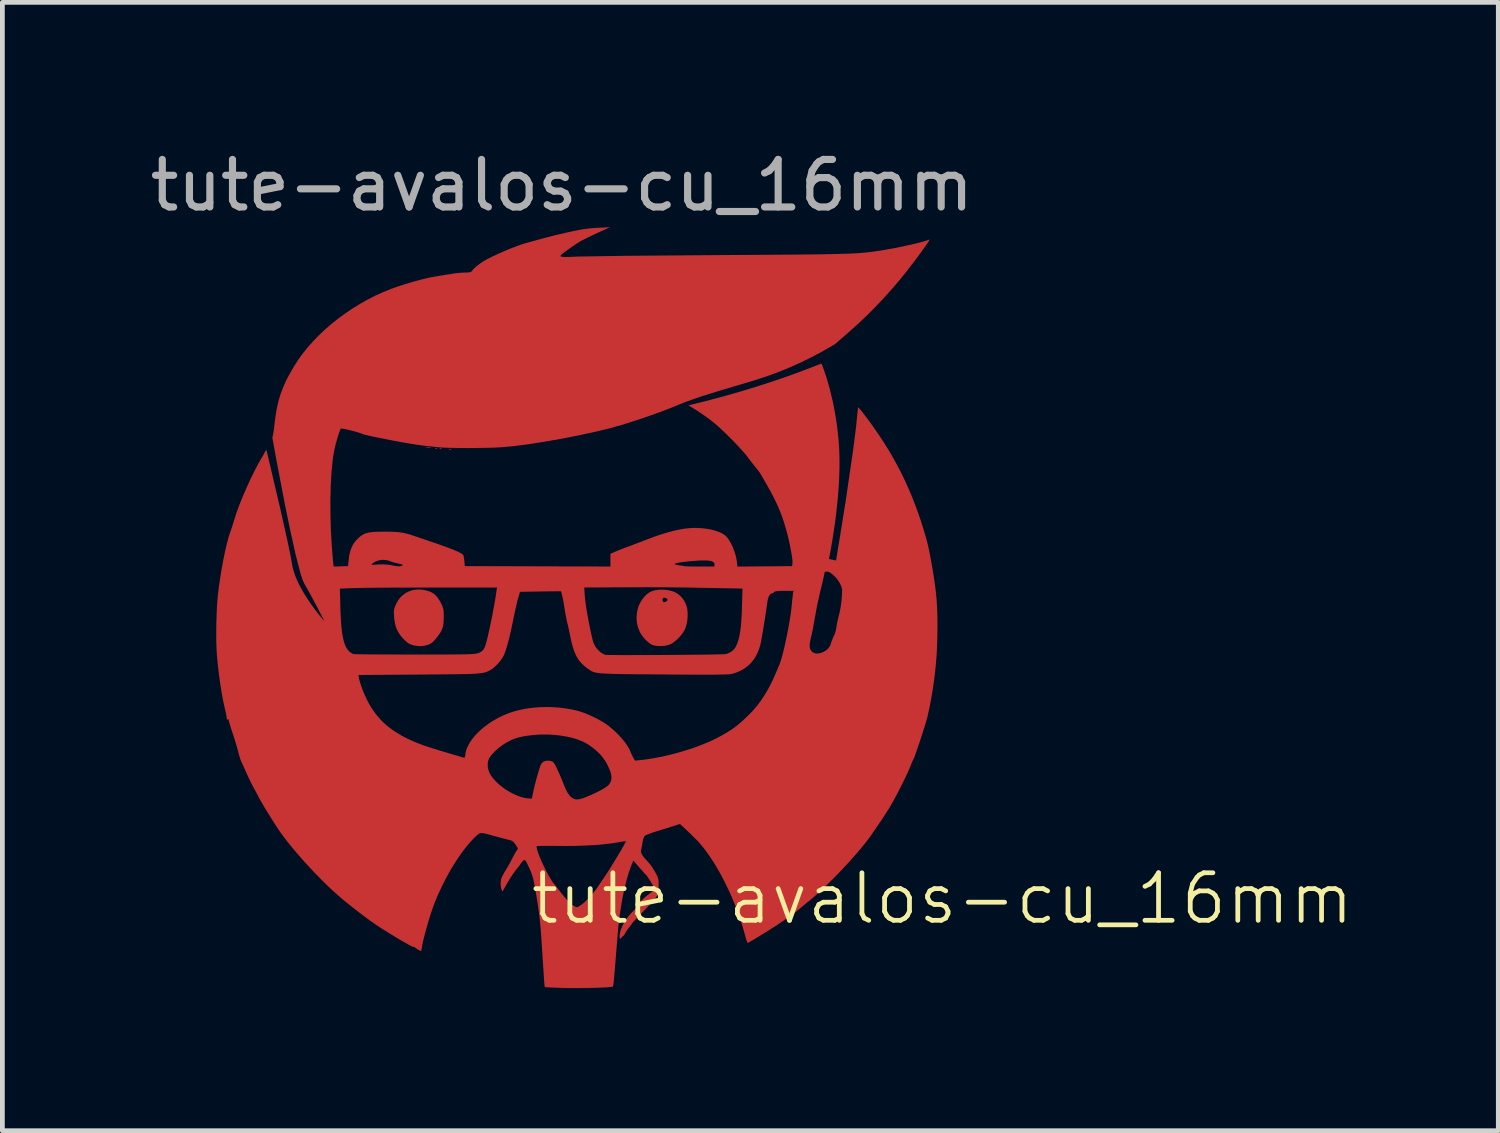
<source format=kicad_pcb>
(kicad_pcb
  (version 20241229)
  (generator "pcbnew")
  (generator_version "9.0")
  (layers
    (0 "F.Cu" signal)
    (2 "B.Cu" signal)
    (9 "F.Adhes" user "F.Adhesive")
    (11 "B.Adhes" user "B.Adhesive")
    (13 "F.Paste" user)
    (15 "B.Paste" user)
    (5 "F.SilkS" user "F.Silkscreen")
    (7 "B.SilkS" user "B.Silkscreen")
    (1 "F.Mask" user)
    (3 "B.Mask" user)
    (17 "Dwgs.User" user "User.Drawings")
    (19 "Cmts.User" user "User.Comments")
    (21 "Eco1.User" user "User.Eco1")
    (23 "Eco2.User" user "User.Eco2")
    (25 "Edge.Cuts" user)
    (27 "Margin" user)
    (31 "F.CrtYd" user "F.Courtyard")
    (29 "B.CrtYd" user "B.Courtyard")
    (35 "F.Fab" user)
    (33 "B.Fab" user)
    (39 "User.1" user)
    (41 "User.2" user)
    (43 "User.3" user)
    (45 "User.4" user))
  (footprint "tute-avalos-cu_16mm"
    (layer "F.Cu")
    (at 8.768 10.348)
    (property "Reference" "tute-avalos-cu_16mm" (at 8 5.5 0) (unlocked yes) (layer "F.SilkS") (effects (font (size 1 1) (thickness 0.1))))
    (fp_poly (pts (xy -2.798 -3.988) (xy -2.786 -3.988) (xy -2.774 -3.987) (xy -2.763 -3.986) (xy -2.759 -3.985) (xy -2.755 -3.984) (xy -2.753 -3.983) (xy -2.752 -3.983) (xy -2.752 -3.982) (xy -2.752 -3.982) (xy -2.753 -3.981) (xy -2.754 -3.981) (xy -2.757 -3.98) (xy -2.766 -3.979) (xy -2.778 -3.979) (xy -2.793 -3.978) (xy -2.812 -3.978) (xy -2.821 -3.978) (xy -2.83 -3.978) (xy -2.838 -3.979) (xy -2.846 -3.979) (xy -2.852 -3.979) (xy -2.858 -3.979) (xy -2.862 -3.98) (xy -2.866 -3.98) (xy -2.867 -3.981) (xy -2.869 -3.981) (xy -2.87 -3.981) (xy -2.871 -3.981) (xy -2.871 -3.982) (xy -2.872 -3.982) (xy -2.872 -3.982) (xy -2.872 -3.982) (xy -2.871 -3.983) (xy -2.871 -3.983) (xy -2.871 -3.983) (xy -2.87 -3.983) (xy -2.869 -3.984) (xy -2.868 -3.984) (xy -2.865 -3.985) (xy -2.86 -3.986) (xy -2.849 -3.987) (xy -2.837 -3.988) (xy -2.825 -3.988) (xy -2.812 -3.989)) (stroke (width -0.000001) (type solid)) (fill yes) (layer "F.Cu"))
    (fp_poly (pts (xy -2.637 -3.971) (xy -2.634 -3.971) (xy -2.632 -3.97) (xy -2.63 -3.97) (xy -2.628 -3.969) (xy -2.627 -3.969) (xy -2.626 -3.969) (xy -2.626 -3.968) (xy -2.625 -3.968) (xy -2.624 -3.968) (xy -2.623 -3.967) (xy -2.623 -3.967) (xy -2.622 -3.966) (xy -2.622 -3.966) (xy -2.621 -3.965) (xy -2.621 -3.964) (xy -2.621 -3.964) (xy -2.621 -3.963) (xy -2.621 -3.963) (xy -2.621 -3.963) (xy -2.621 -3.962) (xy -2.621 -3.962) (xy -2.621 -3.961) (xy -2.622 -3.961) (xy -2.622 -3.96) (xy -2.623 -3.96) (xy -2.625 -3.959) (xy -2.626 -3.958) (xy -2.628 -3.958) (xy -2.631 -3.957) (xy -2.633 -3.957) (xy -2.636 -3.957) (xy -2.639 -3.957) (xy -2.642 -3.957) (xy -2.645 -3.957) (xy -2.649 -3.957) (xy -2.652 -3.957) (xy -2.654 -3.957) (xy -2.655 -3.958) (xy -2.656 -3.958) (xy -2.658 -3.958) (xy -2.659 -3.958) (xy -2.66 -3.958) (xy -2.661 -3.959) (xy -2.661 -3.959) (xy -2.662 -3.959) (xy -2.663 -3.96) (xy -2.663 -3.96) (xy -2.664 -3.96) (xy -2.664 -3.961) (xy -2.664 -3.961) (xy -2.664 -3.961) (xy -2.664 -3.962) (xy -2.664 -3.962) (xy -2.664 -3.963) (xy -2.664 -3.963) (xy -2.663 -3.963) (xy -2.663 -3.964) (xy -2.662 -3.964) (xy -2.661 -3.965) (xy -2.66 -3.965) (xy -2.66 -3.966) (xy -2.658 -3.966) (xy -2.657 -3.967) (xy -2.656 -3.967) (xy -2.656 -3.967) (xy -2.654 -3.968) (xy -2.651 -3.969) (xy -2.649 -3.97) (xy -2.646 -3.97) (xy -2.644 -3.97) (xy -2.641 -3.971) (xy -2.639 -3.971)) (stroke (width -0.000001) (type solid)) (fill yes) (layer "F.Cu"))
    (fp_poly (pts (xy -2.548 -3.971) (xy -2.546 -3.971) (xy -2.544 -3.97) (xy -2.542 -3.97) (xy -2.54 -3.969) (xy -2.539 -3.969) (xy -2.538 -3.969) (xy -2.537 -3.968) (xy -2.537 -3.968) (xy -2.536 -3.968) (xy -2.535 -3.967) (xy -2.534 -3.967) (xy -2.534 -3.966) (xy -2.533 -3.966) (xy -2.533 -3.965) (xy -2.533 -3.964) (xy -2.532 -3.964) (xy -2.532 -3.963) (xy -2.532 -3.963) (xy -2.532 -3.963) (xy -2.532 -3.962) (xy -2.533 -3.962) (xy -2.533 -3.961) (xy -2.533 -3.961) (xy -2.534 -3.96) (xy -2.535 -3.96) (xy -2.536 -3.959) (xy -2.538 -3.958) (xy -2.54 -3.958) (xy -2.542 -3.957) (xy -2.545 -3.957) (xy -2.547 -3.957) (xy -2.55 -3.957) (xy -2.554 -3.957) (xy -2.557 -3.957) (xy -2.561 -3.957) (xy -2.564 -3.957) (xy -2.565 -3.957) (xy -2.567 -3.958) (xy -2.568 -3.958) (xy -2.569 -3.958) (xy -2.57 -3.958) (xy -2.571 -3.958) (xy -2.572 -3.959) (xy -2.573 -3.959) (xy -2.574 -3.959) (xy -2.574 -3.96) (xy -2.575 -3.96) (xy -2.575 -3.96) (xy -2.576 -3.961) (xy -2.576 -3.961) (xy -2.576 -3.961) (xy -2.576 -3.962) (xy -2.576 -3.962) (xy -2.576 -3.963) (xy -2.575 -3.963) (xy -2.575 -3.963) (xy -2.574 -3.964) (xy -2.574 -3.964) (xy -2.573 -3.965) (xy -2.572 -3.965) (xy -2.571 -3.966) (xy -2.57 -3.966) (xy -2.569 -3.967) (xy -2.568 -3.967) (xy -2.568 -3.967) (xy -2.565 -3.968) (xy -2.563 -3.969) (xy -2.56 -3.97) (xy -2.558 -3.97) (xy -2.555 -3.97) (xy -2.553 -3.971) (xy -2.551 -3.971)) (stroke (width -0.000001) (type solid)) (fill yes) (layer "F.Cu"))
    (fp_poly (pts (xy -2.349 -3.953) (xy -2.347 -3.953) (xy -2.344 -3.952) (xy -2.341 -3.952) (xy -2.338 -3.952) (xy -2.335 -3.951) (xy -2.333 -3.95) (xy -2.33 -3.949) (xy -2.328 -3.948) (xy -2.327 -3.948) (xy -2.326 -3.947) (xy -2.326 -3.947) (xy -2.326 -3.946) (xy -2.325 -3.946) (xy -2.325 -3.945) (xy -2.325 -3.945) (xy -2.325 -3.945) (xy -2.326 -3.944) (xy -2.326 -3.944) (xy -2.326 -3.944) (xy -2.328 -3.943) (xy -2.329 -3.942) (xy -2.332 -3.942) (xy -2.334 -3.941) (xy -2.337 -3.941) (xy -2.34 -3.941) (xy -2.344 -3.941) (xy -2.348 -3.94) (xy -2.352 -3.94) (xy -2.357 -3.94) (xy -2.359 -3.94) (xy -2.361 -3.941) (xy -2.363 -3.941) (xy -2.365 -3.941) (xy -2.366 -3.941) (xy -2.368 -3.941) (xy -2.369 -3.941) (xy -2.371 -3.941) (xy -2.372 -3.942) (xy -2.373 -3.942) (xy -2.374 -3.942) (xy -2.375 -3.942) (xy -2.376 -3.943) (xy -2.377 -3.943) (xy -2.378 -3.943) (xy -2.378 -3.944) (xy -2.379 -3.944) (xy -2.379 -3.944) (xy -2.379 -3.944) (xy -2.38 -3.945) (xy -2.38 -3.945) (xy -2.38 -3.945) (xy -2.38 -3.945) (xy -2.38 -3.945) (xy -2.38 -3.946) (xy -2.38 -3.946) (xy -2.38 -3.946) (xy -2.379 -3.946) (xy -2.379 -3.947) (xy -2.379 -3.947) (xy -2.378 -3.948) (xy -2.377 -3.948) (xy -2.377 -3.948) (xy -2.376 -3.949) (xy -2.375 -3.949) (xy -2.375 -3.949) (xy -2.372 -3.95) (xy -2.37 -3.951) (xy -2.367 -3.952) (xy -2.364 -3.952) (xy -2.361 -3.952) (xy -2.358 -3.953) (xy -2.355 -3.953) (xy -2.352 -3.953)) (stroke (width -0.000001) (type solid)) (fill yes) (layer "F.Cu"))
    (fp_poly (pts (xy -3 -1) (xy -2.988 -1) (xy -2.977 -0.999) (xy -2.965 -0.998) (xy -2.953 -0.997) (xy -2.941 -0.996) (xy -2.929 -0.994) (xy -2.917 -0.992) (xy -2.905 -0.99) (xy -2.871 -0.983) (xy -2.838 -0.975) (xy -2.808 -0.967) (xy -2.78 -0.957) (xy -2.754 -0.945) (xy -2.729 -0.933) (xy -2.718 -0.926) (xy -2.706 -0.918) (xy -2.695 -0.911) (xy -2.684 -0.902) (xy -2.674 -0.894) (xy -2.664 -0.885) (xy -2.644 -0.865) (xy -2.625 -0.843) (xy -2.607 -0.818) (xy -2.589 -0.792) (xy -2.571 -0.762) (xy -2.553 -0.73) (xy -2.536 -0.695) (xy -2.52 -0.663) (xy -2.514 -0.648) (xy -2.508 -0.635) (xy -2.504 -0.621) (xy -2.5 -0.608) (xy -2.496 -0.594) (xy -2.493 -0.58) (xy -2.491 -0.565) (xy -2.489 -0.549) (xy -2.488 -0.532) (xy -2.487 -0.513) (xy -2.486 -0.469) (xy -2.486 -0.415) (xy -2.486 -0.378) (xy -2.487 -0.343) (xy -2.489 -0.31) (xy -2.492 -0.28) (xy -2.496 -0.252) (xy -2.502 -0.226) (xy -2.508 -0.2) (xy -2.517 -0.176) (xy -2.526 -0.152) (xy -2.538 -0.128) (xy -2.551 -0.104) (xy -2.567 -0.079) (xy -2.584 -0.054) (xy -2.604 -0.027) (xy -2.626 0.001) (xy -2.651 0.031) (xy -2.664 0.047) (xy -2.677 0.062) (xy -2.689 0.075) (xy -2.7 0.087) (xy -2.711 0.098) (xy -2.721 0.108) (xy -2.731 0.116) (xy -2.741 0.124) (xy -2.751 0.131) (xy -2.761 0.138) (xy -2.772 0.143) (xy -2.783 0.149) (xy -2.794 0.154) (xy -2.806 0.158) (xy -2.819 0.162) (xy -2.833 0.167) (xy -2.851 0.172) (xy -2.869 0.177) (xy -2.887 0.181) (xy -2.905 0.184) (xy -2.922 0.187) (xy -2.94 0.189) (xy -2.957 0.19) (xy -2.974 0.191) (xy -2.991 0.191) (xy -3.009 0.19) (xy -3.026 0.189) (xy -3.044 0.188) (xy -3.062 0.185) (xy -3.08 0.182) (xy -3.099 0.179) (xy -3.118 0.174) (xy -3.136 0.17) (xy -3.152 0.165) (xy -3.168 0.16) (xy -3.184 0.154) (xy -3.199 0.147) (xy -3.213 0.14) (xy -3.227 0.131) (xy -3.241 0.122) (xy -3.256 0.112) (xy -3.27 0.1) (xy -3.284 0.087) (xy -3.299 0.073) (xy -3.315 0.058) (xy -3.331 0.04) (xy -3.348 0.022) (xy -3.366 0.001) (xy -3.385 -0.021) (xy -3.403 -0.044) (xy -3.419 -0.067) (xy -3.434 -0.09) (xy -3.448 -0.114) (xy -3.461 -0.139) (xy -3.472 -0.164) (xy -3.483 -0.189) (xy -3.492 -0.216) (xy -3.5 -0.243) (xy -3.508 -0.272) (xy -3.514 -0.302) (xy -3.519 -0.333) (xy -3.524 -0.365) (xy -3.528 -0.399) (xy -3.53 -0.434) (xy -3.533 -0.478) (xy -3.534 -0.497) (xy -3.534 -0.515) (xy -3.534 -0.53) (xy -3.534 -0.545) (xy -3.532 -0.559) (xy -3.531 -0.572) (xy -3.528 -0.585) (xy -3.525 -0.597) (xy -3.522 -0.61) (xy -3.517 -0.623) (xy -3.512 -0.637) (xy -3.506 -0.652) (xy -3.491 -0.686) (xy -3.473 -0.724) (xy -3.453 -0.759) (xy -3.43 -0.792) (xy -3.406 -0.823) (xy -3.38 -0.851) (xy -3.352 -0.877) (xy -3.323 -0.901) (xy -3.292 -0.922) (xy -3.26 -0.941) (xy -3.226 -0.957) (xy -3.191 -0.971) (xy -3.155 -0.982) (xy -3.118 -0.991) (xy -3.079 -0.997) (xy -3.04 -1) (xy -3 -1)) (stroke (width -0.000001) (type solid)) (fill yes) (layer "F.Cu"))
    (fp_poly (pts (xy 2.111 -0.997) (xy 2.13 -0.996) (xy 2.13 -0.996) (xy 2.149 -0.995) (xy 2.169 -0.994) (xy 2.188 -0.992) (xy 2.207 -0.99) (xy 2.226 -0.987) (xy 2.244 -0.984) (xy 2.263 -0.98) (xy 2.281 -0.976) (xy 2.299 -0.971) (xy 2.316 -0.966) (xy 2.333 -0.96) (xy 2.349 -0.954) (xy 2.365 -0.948) (xy 2.381 -0.941) (xy 2.396 -0.933) (xy 2.41 -0.925) (xy 2.429 -0.914) (xy 2.447 -0.9) (xy 2.466 -0.886) (xy 2.483 -0.87) (xy 2.5 -0.853) (xy 2.517 -0.836) (xy 2.533 -0.817) (xy 2.547 -0.798) (xy 2.561 -0.778) (xy 2.574 -0.757) (xy 2.586 -0.736) (xy 2.597 -0.714) (xy 2.607 -0.693) (xy 2.615 -0.671) (xy 2.622 -0.649) (xy 2.628 -0.628) (xy 2.634 -0.599) (xy 2.638 -0.57) (xy 2.641 -0.539) (xy 2.643 -0.508) (xy 2.644 -0.476) (xy 2.644 -0.444) (xy 2.642 -0.412) (xy 2.64 -0.381) (xy 2.636 -0.349) (xy 2.632 -0.318) (xy 2.626 -0.288) (xy 2.619 -0.259) (xy 2.611 -0.23) (xy 2.603 -0.204) (xy 2.593 -0.178) (xy 2.582 -0.155) (xy 2.571 -0.133) (xy 2.557 -0.111) (xy 2.542 -0.088) (xy 2.525 -0.064) (xy 2.506 -0.041) (xy 2.487 -0.018) (xy 2.466 0.005) (xy 2.445 0.027) (xy 2.423 0.048) (xy 2.401 0.068) (xy 2.379 0.087) (xy 2.357 0.104) (xy 2.336 0.12) (xy 2.315 0.133) (xy 2.295 0.144) (xy 2.276 0.153) (xy 2.256 0.161) (xy 2.233 0.168) (xy 2.209 0.174) (xy 2.184 0.179) (xy 2.158 0.183) (xy 2.131 0.186) (xy 2.104 0.188) (xy 2.077 0.189) (xy 2.05 0.189) (xy 2.024 0.188) (xy 1.998 0.186) (xy 1.974 0.183) (xy 1.951 0.18) (xy 1.929 0.175) (xy 1.91 0.169) (xy 1.893 0.162) (xy 1.885 0.158) (xy 1.877 0.153) (xy 1.868 0.147) (xy 1.858 0.141) (xy 1.848 0.134) (xy 1.838 0.126) (xy 1.827 0.117) (xy 1.816 0.109) (xy 1.805 0.099) (xy 1.794 0.09) (xy 1.783 0.08) (xy 1.772 0.069) (xy 1.762 0.059) (xy 1.751 0.049) (xy 1.741 0.038) (xy 1.732 0.028) (xy 1.704 -0.005) (xy 1.68 -0.04) (xy 1.657 -0.075) (xy 1.637 -0.112) (xy 1.62 -0.15) (xy 1.605 -0.19) (xy 1.593 -0.23) (xy 1.583 -0.271) (xy 1.576 -0.312) (xy 1.572 -0.355) (xy 1.57 -0.398) (xy 1.571 -0.442) (xy 1.575 -0.486) (xy 1.581 -0.53) (xy 1.591 -0.574) (xy 1.603 -0.619) (xy 1.611 -0.644) (xy 1.62 -0.668) (xy 1.632 -0.693) (xy 1.644 -0.718) (xy 1.658 -0.742) (xy 1.673 -0.766) (xy 1.682 -0.78) (xy 2.115 -0.78) (xy 2.115 -0.777) (xy 2.115 -0.774) (xy 2.116 -0.77) (xy 2.116 -0.767) (xy 2.117 -0.764) (xy 2.118 -0.761) (xy 2.119 -0.758) (xy 2.12 -0.755) (xy 2.121 -0.752) (xy 2.123 -0.749) (xy 2.124 -0.747) (xy 2.126 -0.745) (xy 2.128 -0.743) (xy 2.13 -0.741) (xy 2.132 -0.739) (xy 2.134 -0.738) (xy 2.136 -0.737) (xy 2.139 -0.736) (xy 2.143 -0.735) (xy 2.146 -0.735) (xy 2.149 -0.735) (xy 2.152 -0.735) (xy 2.156 -0.735) (xy 2.159 -0.735) (xy 2.163 -0.736) (xy 2.166 -0.736) (xy 2.17 -0.737) (xy 2.173 -0.738) (xy 2.177 -0.74) (xy 2.18 -0.741) (xy 2.184 -0.743) (xy 2.187 -0.744) (xy 2.19 -0.746) (xy 2.193 -0.748) (xy 2.196 -0.75) (xy 2.199 -0.752) (xy 2.202 -0.754) (xy 2.205 -0.757) (xy 2.207 -0.759) (xy 2.209 -0.761) (xy 2.212 -0.764) (xy 2.214 -0.767) (xy 2.215 -0.769) (xy 2.217 -0.772) (xy 2.218 -0.775) (xy 2.219 -0.777) (xy 2.22 -0.78) (xy 2.22 -0.783) (xy 2.22 -0.785) (xy 2.22 -0.787) (xy 2.22 -0.789) (xy 2.219 -0.791) (xy 2.219 -0.793) (xy 2.218 -0.795) (xy 2.217 -0.797) (xy 2.216 -0.799) (xy 2.215 -0.801) (xy 2.213 -0.802) (xy 2.212 -0.804) (xy 2.208 -0.807) (xy 2.204 -0.811) (xy 2.2 -0.814) (xy 2.195 -0.816) (xy 2.19 -0.819) (xy 2.185 -0.821) (xy 2.179 -0.823) (xy 2.174 -0.824) (xy 2.168 -0.826) (xy 2.163 -0.826) (xy 2.158 -0.827) (xy 2.158 -0.827) (xy 2.156 -0.827) (xy 2.154 -0.827) (xy 2.152 -0.827) (xy 2.151 -0.827) (xy 2.149 -0.827) (xy 2.147 -0.826) (xy 2.145 -0.826) (xy 2.144 -0.826) (xy 2.142 -0.826) (xy 2.141 -0.825) (xy 2.139 -0.825) (xy 2.138 -0.824) (xy 2.136 -0.824) (xy 2.135 -0.823) (xy 2.134 -0.822) (xy 2.132 -0.821) (xy 2.13 -0.82) (xy 2.128 -0.818) (xy 2.126 -0.816) (xy 2.124 -0.814) (xy 2.122 -0.811) (xy 2.121 -0.809) (xy 2.12 -0.806) (xy 2.119 -0.803) (xy 2.118 -0.8) (xy 2.117 -0.797) (xy 2.116 -0.794) (xy 2.116 -0.79) (xy 2.115 -0.787) (xy 2.115 -0.784) (xy 2.115 -0.78) (xy 1.682 -0.78) (xy 1.688 -0.79) (xy 1.705 -0.812) (xy 1.722 -0.834) (xy 1.74 -0.855) (xy 1.759 -0.874) (xy 1.777 -0.892) (xy 1.796 -0.909) (xy 1.816 -0.923) (xy 1.835 -0.936) (xy 1.844 -0.942) (xy 1.853 -0.947) (xy 1.867 -0.954) (xy 1.882 -0.96) (xy 1.897 -0.966) (xy 1.913 -0.971) (xy 1.929 -0.976) (xy 1.946 -0.98) (xy 1.963 -0.984) (xy 1.98 -0.987) (xy 1.998 -0.99) (xy 2.017 -0.992) (xy 2.035 -0.994) (xy 2.054 -0.996) (xy 2.073 -0.997) (xy 2.092 -0.997)) (stroke (width -0.000001) (type solid)) (fill yes) (layer "F.Cu"))
    (fp_poly (pts (xy 0.759 -8.505) (xy 0.653 -8.455) (xy 0.549 -8.405) (xy 0.46 -8.361) (xy 0.424 -8.343) (xy 0.397 -8.328) (xy 0.374 -8.314) (xy 0.347 -8.298) (xy 0.286 -8.259) (xy 0.219 -8.213) (xy 0.151 -8.166) (xy 0.088 -8.12) (xy 0.034 -8.079) (xy 0.012 -8.061) (xy -0.006 -8.046) (xy -0.018 -8.035) (xy -0.026 -8.026) (xy -0.029 -8.02) (xy -0.03 -8.014) (xy -0.028 -8.009) (xy -0.023 -8.005) (xy -0.015 -8.002) (xy -0.004 -7.999) (xy 0.01 -7.996) (xy 0.029 -7.995) (xy 0.077 -7.993) (xy 0.142 -7.994) (xy 0.227 -7.997) (xy 0.331 -8.002) (xy 1.338 -8.018) (xy 3.324 -8.033) (xy 4.849 -8.043) (xy 5.358 -8.048) (xy 5.737 -8.055) (xy 6.016 -8.063) (xy 6.126 -8.068) (xy 6.222 -8.073) (xy 6.308 -8.08) (xy 6.386 -8.087) (xy 6.537 -8.104) (xy 6.682 -8.125) (xy 6.843 -8.152) (xy 7.013 -8.183) (xy 7.183 -8.218) (xy 7.345 -8.254) (xy 7.49 -8.289) (xy 7.611 -8.321) (xy 7.66 -8.336) (xy 7.699 -8.35) (xy 7.713 -8.355) (xy 7.719 -8.357) (xy 7.723 -8.357) (xy 7.725 -8.357) (xy 7.726 -8.357) (xy 7.727 -8.356) (xy 7.728 -8.355) (xy 7.728 -8.354) (xy 7.728 -8.353) (xy 7.728 -8.351) (xy 7.727 -8.348) (xy 7.725 -8.343) (xy 7.721 -8.335) (xy 7.715 -8.326) (xy 7.708 -8.315) (xy 7.69 -8.287) (xy 7.664 -8.25) (xy 7.627 -8.197) (xy 7.587 -8.141) (xy 7.55 -8.089) (xy 7.519 -8.047) (xy 7.452 -7.958) (xy 7.38 -7.862) (xy 7.251 -7.694) (xy 7.114 -7.524) (xy 6.969 -7.353) (xy 6.818 -7.184) (xy 6.664 -7.018) (xy 6.508 -6.857) (xy 6.353 -6.705) (xy 6.199 -6.561) (xy 6.076 -6.452) (xy 5.958 -6.347) (xy 5.845 -6.249) (xy 5.74 -6.158) (xy 5.497 -6.018) (xy 5.266 -5.894) (xy 5.045 -5.785) (xy 4.832 -5.688) (xy 4.628 -5.603) (xy 4.43 -5.528) (xy 4.237 -5.46) (xy 4.049 -5.399) (xy 3.315 -5.181) (xy 2.944 -5.065) (xy 2.752 -4.999) (xy 2.556 -4.927) (xy 2.278 -4.814) (xy 2.18 -4.776) (xy 2.067 -4.733) (xy 1.809 -4.641) (xy 1.529 -4.547) (xy 1.253 -4.46) (xy 1 -4.389) (xy 0.696 -4.316) (xy 0.358 -4.243) (xy 0.003 -4.173) (xy -0.353 -4.111) (xy -0.693 -4.057) (xy -1 -4.017) (xy -1.258 -3.993) (xy -1.399 -3.985) (xy -1.571 -3.98) (xy -1.762 -3.977) (xy -1.96 -3.975) (xy -2.153 -3.976) (xy -2.327 -3.979) (xy -2.471 -3.983) (xy -2.573 -3.99) (xy -2.838 -4.017) (xy -2.892 -4.023) (xy -2.956 -4.032) (xy -3.109 -4.054) (xy -3.279 -4.082) (xy -3.447 -4.112) (xy -3.6 -4.141) (xy -3.74 -4.169) (xy -3.865 -4.194) (xy -3.974 -4.216) (xy -4.063 -4.236) (xy -4.131 -4.252) (xy -4.176 -4.264) (xy -4.19 -4.268) (xy -4.196 -4.271) (xy -4.207 -4.277) (xy -4.225 -4.284) (xy -4.28 -4.302) (xy -4.351 -4.323) (xy -4.43 -4.343) (xy -4.508 -4.362) (xy -4.577 -4.377) (xy -4.604 -4.382) (xy -4.626 -4.385) (xy -4.641 -4.386) (xy -4.646 -4.386) (xy -4.648 -4.385) (xy -4.654 -4.377) (xy -4.66 -4.364) (xy -4.676 -4.326) (xy -4.695 -4.273) (xy -4.715 -4.209) (xy -4.735 -4.138) (xy -4.756 -4.064) (xy -4.774 -3.989) (xy -4.79 -3.917) (xy -4.807 -3.823) (xy -4.822 -3.716) (xy -4.846 -3.472) (xy -4.862 -3.192) (xy -4.869 -2.887) (xy -4.868 -2.566) (xy -4.859 -2.237) (xy -4.84 -1.91) (xy -4.814 -1.593) (xy -4.802 -1.482) (xy -4.65 -1.487) (xy -4.498 -1.492) (xy -4.494 -1.527) (xy -4.002 -1.527) (xy -4.002 -1.526) (xy -4.001 -1.525) (xy -4 -1.524) (xy -3.998 -1.523) (xy -3.993 -1.522) (xy -3.986 -1.521) (xy -3.976 -1.521) (xy -3.964 -1.521) (xy -3.949 -1.521) (xy -3.912 -1.523) (xy -3.862 -1.526) (xy -3.824 -1.527) (xy -3.787 -1.528) (xy -3.75 -1.528) (xy -3.715 -1.526) (xy -3.68 -1.524) (xy -3.648 -1.521) (xy -3.617 -1.517) (xy -3.588 -1.511) (xy -3.564 -1.506) (xy -3.541 -1.502) (xy -3.521 -1.498) (xy -3.503 -1.495) (xy -3.486 -1.492) (xy -3.471 -1.49) (xy -3.457 -1.489) (xy -3.444 -1.488) (xy -3.433 -1.488) (xy -3.422 -1.488) (xy -3.412 -1.489) (xy -3.403 -1.49) (xy -3.394 -1.492) (xy -3.385 -1.494) (xy -3.376 -1.497) (xy -3.368 -1.5) (xy -3.368 -1.501) (xy -3.361 -1.504) (xy -3.355 -1.506) (xy -3.351 -1.509) (xy -3.348 -1.512) (xy -3.347 -1.513) (xy -3.347 -1.514) (xy -3.347 -1.516) (xy -3.347 -1.517) (xy -3.348 -1.518) (xy -3.35 -1.519) (xy -3.354 -1.522) (xy -3.36 -1.525) (xy -3.368 -1.528) (xy -3.378 -1.531) (xy -3.391 -1.534) (xy -3.423 -1.542) (xy -3.465 -1.552) (xy -3.482 -1.556) (xy -3.501 -1.561) (xy -3.521 -1.566) (xy -3.542 -1.572) (xy -3.562 -1.578) (xy -3.581 -1.584) (xy -3.599 -1.59) (xy -3.615 -1.596) (xy -3.627 -1.601) (xy -3.639 -1.605) (xy -3.652 -1.608) (xy -3.664 -1.611) (xy -3.676 -1.614) (xy -3.689 -1.617) (xy -3.701 -1.619) (xy -3.714 -1.62) (xy -3.723 -1.621) (xy -3.733 -1.622) (xy -3.742 -1.623) (xy -3.751 -1.623) (xy -3.761 -1.623) (xy -3.77 -1.623) (xy -3.779 -1.623) (xy -3.789 -1.622) (xy -3.788 -1.622) (xy -3.802 -1.621) (xy -3.816 -1.619) (xy -3.829 -1.617) (xy -3.843 -1.614) (xy -3.856 -1.611) (xy -3.869 -1.608) (xy -3.882 -1.603) (xy -3.895 -1.599) (xy -3.907 -1.594) (xy -3.919 -1.588) (xy -3.931 -1.582) (xy -3.943 -1.576) (xy -3.954 -1.569) (xy -3.965 -1.562) (xy -3.975 -1.554) (xy -3.986 -1.546) (xy -3.996 -1.537) (xy -4 -1.533) (xy -4.002 -1.53) (xy -4.002 -1.528) (xy -4.002 -1.527) (xy -4.494 -1.527) (xy -4.485 -1.625) (xy -4.481 -1.66) (xy -4.476 -1.695) (xy -4.47 -1.727) (xy -4.463 -1.759) (xy -4.456 -1.79) (xy -4.447 -1.819) (xy -4.438 -1.847) (xy -4.427 -1.874) (xy -4.416 -1.9) (xy -4.403 -1.925) (xy -4.389 -1.95) (xy -4.375 -1.973) (xy -4.359 -1.995) (xy -4.342 -2.017) (xy -4.323 -2.038) (xy -4.304 -2.059) (xy -4.28 -2.083) (xy -4.256 -2.104) (xy -4.232 -2.124) (xy -4.208 -2.14) (xy -4.184 -2.155) (xy -4.158 -2.168) (xy -4.131 -2.179) (xy -4.102 -2.188) (xy -4.07 -2.196) (xy -4.034 -2.202) (xy -3.996 -2.207) (xy -3.953 -2.211) (xy -3.905 -2.213) (xy -3.852 -2.215) (xy -3.73 -2.216) (xy -3.626 -2.215) (xy -3.579 -2.214) (xy -3.536 -2.212) (xy -3.495 -2.21) (xy -3.456 -2.207) (xy -3.42 -2.203) (xy -3.384 -2.198) (xy -3.349 -2.193) (xy -3.315 -2.186) (xy -3.281 -2.178) (xy -3.246 -2.17) (xy -3.211 -2.16) (xy -3.174 -2.149) (xy -3.094 -2.122) (xy -2.67 -1.978) (xy -2.545 -1.934) (xy -2.433 -1.894) (xy -2.382 -1.875) (xy -2.334 -1.856) (xy -2.291 -1.839) (xy -2.251 -1.823) (xy -2.215 -1.807) (xy -2.183 -1.793) (xy -2.155 -1.779) (xy -2.131 -1.767) (xy -2.111 -1.755) (xy -2.095 -1.745) (xy -2.084 -1.736) (xy -2.08 -1.732) (xy -2.077 -1.728) (xy -2.075 -1.725) (xy -2.074 -1.721) (xy -2.072 -1.716) (xy -2.07 -1.71) (xy -2.067 -1.697) (xy -2.063 -1.68) (xy -2.06 -1.661) (xy -2.057 -1.641) (xy -2.055 -1.62) (xy -2.052 -1.598) (xy -2.043 -1.492) (xy -0.512 -1.488) (xy 1.02 -1.483) (xy 1.02 -1.535) (xy 2.372 -1.535) (xy 2.373 -1.533) (xy 2.375 -1.53) (xy 2.379 -1.528) (xy 2.385 -1.525) (xy 2.391 -1.523) (xy 2.399 -1.521) (xy 2.42 -1.516) (xy 2.446 -1.511) (xy 2.479 -1.507) (xy 2.496 -1.505) (xy 2.513 -1.503) (xy 2.528 -1.5) (xy 2.542 -1.498) (xy 2.553 -1.496) (xy 2.558 -1.495) (xy 2.562 -1.494) (xy 2.566 -1.493) (xy 2.569 -1.492) (xy 2.571 -1.491) (xy 2.572 -1.491) (xy 2.572 -1.49) (xy 2.58 -1.489) (xy 2.6 -1.488) (xy 2.67 -1.485) (xy 2.771 -1.484) (xy 2.894 -1.483) (xy 3.209 -1.483) (xy 3.209 -1.528) (xy 3.209 -1.537) (xy 3.207 -1.545) (xy 3.204 -1.553) (xy 3.202 -1.557) (xy 3.2 -1.56) (xy 3.195 -1.567) (xy 3.188 -1.574) (xy 3.18 -1.579) (xy 3.171 -1.585) (xy 3.161 -1.59) (xy 3.149 -1.594) (xy 3.136 -1.598) (xy 3.121 -1.601) (xy 3.105 -1.604) (xy 3.087 -1.606) (xy 3.068 -1.608) (xy 3.048 -1.61) (xy 3.048 -1.61) (xy 3.033 -1.611) (xy 3.018 -1.611) (xy 3.002 -1.611) (xy 2.985 -1.611) (xy 2.949 -1.611) (xy 2.91 -1.61) (xy 2.854 -1.607) (xy 2.791 -1.602) (xy 2.723 -1.597) (xy 2.649 -1.59) (xy 2.597 -1.584) (xy 2.55 -1.579) (xy 2.508 -1.573) (xy 2.472 -1.567) (xy 2.441 -1.562) (xy 2.416 -1.556) (xy 2.397 -1.551) (xy 2.389 -1.548) (xy 2.383 -1.546) (xy 2.378 -1.543) (xy 2.375 -1.54) (xy 2.373 -1.538) (xy 2.372 -1.535) (xy 1.02 -1.535) (xy 1.02 -1.75) (xy 1.121 -1.795) (xy 1.174 -1.818) (xy 1.242 -1.845) (xy 1.317 -1.874) (xy 1.391 -1.901) (xy 1.471 -1.931) (xy 1.566 -1.967) (xy 1.664 -2.004) (xy 1.753 -2.039) (xy 1.913 -2.099) (xy 1.99 -2.127) (xy 2.064 -2.152) (xy 2.137 -2.175) (xy 2.207 -2.196) (xy 2.275 -2.215) (xy 2.341 -2.232) (xy 2.405 -2.247) (xy 2.466 -2.26) (xy 2.526 -2.271) (xy 2.584 -2.28) (xy 2.64 -2.286) (xy 2.694 -2.291) (xy 2.747 -2.294) (xy 2.798 -2.295) (xy 2.85 -2.295) (xy 2.902 -2.292) (xy 2.953 -2.288) (xy 3.003 -2.283) (xy 3.052 -2.276) (xy 3.099 -2.268) (xy 3.145 -2.258) (xy 3.189 -2.247) (xy 3.231 -2.235) (xy 3.271 -2.222) (xy 3.308 -2.208) (xy 3.343 -2.192) (xy 3.375 -2.176) (xy 3.404 -2.158) (xy 3.429 -2.14) (xy 3.451 -2.121) (xy 3.469 -2.102) (xy 3.488 -2.079) (xy 3.506 -2.053) (xy 3.524 -2.025) (xy 3.542 -1.993) (xy 3.56 -1.96) (xy 3.577 -1.925) (xy 3.593 -1.889) (xy 3.608 -1.851) (xy 3.623 -1.813) (xy 3.636 -1.775) (xy 3.648 -1.736) (xy 3.658 -1.698) (xy 3.667 -1.661) (xy 3.673 -1.625) (xy 3.678 -1.591) (xy 3.691 -1.482) (xy 4.267 -1.487) (xy 4.842 -1.492) (xy 4.848 -1.554) (xy 4.849 -1.569) (xy 4.849 -1.589) (xy 4.845 -1.638) (xy 4.837 -1.7) (xy 4.825 -1.772) (xy 4.811 -1.852) (xy 4.793 -1.939) (xy 4.774 -2.03) (xy 4.752 -2.123) (xy 4.713 -2.269) (xy 4.672 -2.407) (xy 4.65 -2.474) (xy 4.627 -2.54) (xy 4.603 -2.605) (xy 4.577 -2.67) (xy 4.55 -2.734) (xy 4.521 -2.799) (xy 4.457 -2.931) (xy 4.386 -3.067) (xy 4.305 -3.211) (xy 4.171 -3.441) (xy 4.166 -3.449) (xy 4.159 -3.46) (xy 4.149 -3.473) (xy 4.138 -3.489) (xy 4.125 -3.505) (xy 4.111 -3.523) (xy 4.097 -3.541) (xy 4.082 -3.559) (xy 4.046 -3.604) (xy 4.001 -3.661) (xy 3.953 -3.723) (xy 3.908 -3.783) (xy 3.883 -3.816) (xy 3.852 -3.853) (xy 3.778 -3.937) (xy 3.691 -4.032) (xy 3.594 -4.133) (xy 3.493 -4.234) (xy 3.393 -4.331) (xy 3.298 -4.42) (xy 3.212 -4.494) (xy 3.153 -4.542) (xy 3.085 -4.594) (xy 3.012 -4.647) (xy 2.937 -4.699) (xy 2.861 -4.75) (xy 2.788 -4.796) (xy 2.719 -4.838) (xy 2.659 -4.872) (xy 3.026 -4.963) (xy 3.388 -5.059) (xy 3.745 -5.161) (xy 4.097 -5.268) (xy 4.445 -5.381) (xy 4.787 -5.499) (xy 5.124 -5.623) (xy 5.457 -5.752) (xy 5.459 -5.747) (xy 5.461 -5.743) (xy 5.464 -5.736) (xy 5.466 -5.733) (xy 5.467 -5.729) (xy 5.47 -5.724) (xy 5.473 -5.717) (xy 5.521 -5.586) (xy 5.572 -5.43) (xy 5.632 -5.22) (xy 5.694 -4.963) (xy 5.724 -4.817) (xy 5.752 -4.661) (xy 5.778 -4.496) (xy 5.8 -4.322) (xy 5.818 -4.14) (xy 5.831 -3.95) (xy 5.837 -3.755) (xy 5.837 -3.555) (xy 5.831 -3.355) (xy 5.82 -3.155) (xy 5.805 -2.958) (xy 5.786 -2.767) (xy 5.766 -2.583) (xy 5.744 -2.41) (xy 5.698 -2.1) (xy 5.657 -1.858) (xy 5.616 -1.642) (xy 5.766 -1.61) (xy 5.968 -2.861) (xy 6.123 -3.925) (xy 6.186 -4.421) (xy 6.228 -4.838) (xy 6.228 -4.838) (xy 6.228 -4.838) (xy 6.228 -4.838) (xy 6.228 -4.838) (xy 6.228 -4.838) (xy 6.228 -4.837) (xy 6.228 -4.837) (xy 6.228 -4.837) (xy 6.228 -4.837) (xy 6.228 -4.837) (xy 6.228 -4.837) (xy 6.228 -4.837) (xy 6.3 -4.753) (xy 6.386 -4.643) (xy 6.482 -4.514) (xy 6.582 -4.373) (xy 6.681 -4.228) (xy 6.775 -4.086) (xy 6.858 -3.953) (xy 6.926 -3.838) (xy 6.972 -3.757) (xy 7.014 -3.682) (xy 7.086 -3.549) (xy 7.158 -3.406) (xy 7.23 -3.255) (xy 7.3 -3.099) (xy 7.367 -2.938) (xy 7.431 -2.776) (xy 7.49 -2.614) (xy 7.545 -2.455) (xy 7.588 -2.318) (xy 7.625 -2.199) (xy 7.656 -2.092) (xy 7.683 -1.993) (xy 7.706 -1.895) (xy 7.728 -1.794) (xy 7.749 -1.685) (xy 7.771 -1.563) (xy 7.809 -1.34) (xy 7.839 -1.144) (xy 7.862 -0.965) (xy 7.879 -0.796) (xy 7.89 -0.627) (xy 7.896 -0.452) (xy 7.898 -0.26) (xy 7.896 -0.044) (xy 7.89 0.175) (xy 7.879 0.393) (xy 7.861 0.61) (xy 7.837 0.827) (xy 7.808 1.043) (xy 7.773 1.258) (xy 7.732 1.472) (xy 7.685 1.686) (xy 7.663 1.765) (xy 7.628 1.882) (xy 7.535 2.172) (xy 7.443 2.44) (xy 7.411 2.53) (xy 7.399 2.557) (xy 7.393 2.57) (xy 7.391 2.572) (xy 7.389 2.576) (xy 7.383 2.587) (xy 7.376 2.601) (xy 7.368 2.619) (xy 7.359 2.64) (xy 7.35 2.662) (xy 7.34 2.686) (xy 7.331 2.711) (xy 7.302 2.781) (xy 7.26 2.875) (xy 7.207 2.986) (xy 7.147 3.107) (xy 7.085 3.231) (xy 7.022 3.35) (xy 6.964 3.457) (xy 6.914 3.546) (xy 6.881 3.601) (xy 6.836 3.671) (xy 6.726 3.841) (xy 6.602 4.024) (xy 6.486 4.192) (xy 6.432 4.265) (xy 6.37 4.345) (xy 6.227 4.518) (xy 6.063 4.704) (xy 5.886 4.895) (xy 5.703 5.084) (xy 5.522 5.261) (xy 5.351 5.42) (xy 5.27 5.49) (xy 5.195 5.552) (xy 5.129 5.606) (xy 5.068 5.657) (xy 5.017 5.699) (xy 4.983 5.727) (xy 4.971 5.738) (xy 4.957 5.749) (xy 4.942 5.762) (xy 4.925 5.774) (xy 4.908 5.787) (xy 4.892 5.8) (xy 4.875 5.811) (xy 4.86 5.822) (xy 4.764 5.89) (xy 4.63 5.985) (xy 4.561 6.032) (xy 4.464 6.096) (xy 4.229 6.243) (xy 4.114 6.314) (xy 4.014 6.374) (xy 3.941 6.415) (xy 3.918 6.428) (xy 3.906 6.433) (xy 3.905 6.433) (xy 3.904 6.432) (xy 3.903 6.429) (xy 3.9 6.425) (xy 3.898 6.419) (xy 3.891 6.402) (xy 3.883 6.38) (xy 3.875 6.353) (xy 3.865 6.322) (xy 3.855 6.287) (xy 3.845 6.25) (xy 3.805 6.106) (xy 3.76 5.962) (xy 3.71 5.817) (xy 3.656 5.673) (xy 3.598 5.53) (xy 3.537 5.388) (xy 3.472 5.25) (xy 3.405 5.115) (xy 3.336 4.984) (xy 3.265 4.859) (xy 3.192 4.739) (xy 3.118 4.626) (xy 3.044 4.52) (xy 2.969 4.422) (xy 2.895 4.333) (xy 2.821 4.254) (xy 2.761 4.195) (xy 2.697 4.132) (xy 2.636 4.074) (xy 2.585 4.026) (xy 2.482 3.931) (xy 2.338 3.977) (xy 1.982 4.088) (xy 1.939 4.102) (xy 1.897 4.115) (xy 1.859 4.129) (xy 1.824 4.142) (xy 1.794 4.155) (xy 1.781 4.16) (xy 1.769 4.166) (xy 1.759 4.171) (xy 1.751 4.175) (xy 1.745 4.179) (xy 1.741 4.182) (xy 1.738 4.185) (xy 1.735 4.19) (xy 1.732 4.196) (xy 1.728 4.202) (xy 1.725 4.21) (xy 1.722 4.218) (xy 1.715 4.236) (xy 1.709 4.256) (xy 1.703 4.279) (xy 1.698 4.302) (xy 1.694 4.325) (xy 1.686 4.374) (xy 1.677 4.421) (xy 1.669 4.46) (xy 1.666 4.476) (xy 1.663 4.488) (xy 1.662 4.498) (xy 1.661 4.508) (xy 1.663 4.519) (xy 1.665 4.531) (xy 1.669 4.543) (xy 1.675 4.556) (xy 1.683 4.57) (xy 1.692 4.586) (xy 1.702 4.602) (xy 1.715 4.619) (xy 1.729 4.637) (xy 1.745 4.657) (xy 1.763 4.677) (xy 1.783 4.7) (xy 1.804 4.723) (xy 1.828 4.748) (xy 1.834 4.755) (xy 1.841 4.763) (xy 1.856 4.782) (xy 1.873 4.805) (xy 1.891 4.83) (xy 1.909 4.857) (xy 1.927 4.886) (xy 1.944 4.914) (xy 1.96 4.942) (xy 1.983 4.985) (xy 1.993 5.003) (xy 2.001 5.019) (xy 2.008 5.035) (xy 2.014 5.049) (xy 2.019 5.063) (xy 2.023 5.077) (xy 2.026 5.091) (xy 2.029 5.105) (xy 2.031 5.12) (xy 2.032 5.136) (xy 2.033 5.153) (xy 2.034 5.172) (xy 2.034 5.217) (xy 2.034 5.247) (xy 2.033 5.277) (xy 2.031 5.306) (xy 2.028 5.335) (xy 2.025 5.361) (xy 2.021 5.385) (xy 2.019 5.395) (xy 2.017 5.405) (xy 2.015 5.413) (xy 2.012 5.42) (xy 2.009 5.428) (xy 2.003 5.438) (xy 1.995 5.45) (xy 1.985 5.464) (xy 1.96 5.497) (xy 1.927 5.536) (xy 1.888 5.581) (xy 1.843 5.631) (xy 1.791 5.686) (xy 1.734 5.745) (xy 1.635 5.848) (xy 1.554 5.933) (xy 1.523 5.967) (xy 1.499 5.992) (xy 1.484 6.009) (xy 1.48 6.014) (xy 1.479 6.016) (xy 1.478 6.017) (xy 1.478 6.019) (xy 1.477 6.021) (xy 1.475 6.024) (xy 1.471 6.03) (xy 1.466 6.038) (xy 1.459 6.047) (xy 1.452 6.057) (xy 1.443 6.068) (xy 1.434 6.08) (xy 1.419 6.099) (xy 1.405 6.116) (xy 1.393 6.132) (xy 1.383 6.146) (xy 1.374 6.158) (xy 1.366 6.169) (xy 1.36 6.179) (xy 1.354 6.189) (xy 1.348 6.198) (xy 1.343 6.206) (xy 1.333 6.223) (xy 1.323 6.242) (xy 1.31 6.264) (xy 1.308 6.267) (xy 1.306 6.27) (xy 1.303 6.273) (xy 1.299 6.276) (xy 1.282 6.291) (xy 1.27 6.302) (xy 1.264 6.308) (xy 1.257 6.315) (xy 1.25 6.322) (xy 1.243 6.331) (xy 1.235 6.34) (xy 1.227 6.35) (xy 1.224 6.346) (xy 1.221 6.34) (xy 1.216 6.326) (xy 1.214 6.307) (xy 1.213 6.285) (xy 1.215 6.258) (xy 1.22 6.228) (xy 1.228 6.195) (xy 1.238 6.158) (xy 1.252 6.12) (xy 1.269 6.079) (xy 1.29 6.036) (xy 1.315 5.992) (xy 1.344 5.946) (xy 1.377 5.9) (xy 1.414 5.853) (xy 1.457 5.805) (xy 1.485 5.778) (xy 1.51 5.754) (xy 1.521 5.742) (xy 1.532 5.731) (xy 1.542 5.719) (xy 1.552 5.708) (xy 1.562 5.695) (xy 1.572 5.682) (xy 1.593 5.653) (xy 1.617 5.619) (xy 1.644 5.578) (xy 1.649 5.572) (xy 1.655 5.564) (xy 1.661 5.556) (xy 1.668 5.548) (xy 1.684 5.531) (xy 1.702 5.513) (xy 1.722 5.494) (xy 1.742 5.476) (xy 1.762 5.459) (xy 1.773 5.451) (xy 1.783 5.443) (xy 1.805 5.426) (xy 1.826 5.41) (xy 1.844 5.395) (xy 1.861 5.382) (xy 1.875 5.37) (xy 1.888 5.359) (xy 1.899 5.349) (xy 1.904 5.344) (xy 1.908 5.34) (xy 1.912 5.335) (xy 1.916 5.331) (xy 1.919 5.327) (xy 1.922 5.323) (xy 1.925 5.319) (xy 1.927 5.315) (xy 1.93 5.311) (xy 1.931 5.308) (xy 1.933 5.304) (xy 1.934 5.301) (xy 1.935 5.297) (xy 1.936 5.294) (xy 1.937 5.29) (xy 1.937 5.287) (xy 1.938 5.283) (xy 1.938 5.28) (xy 1.937 5.277) (xy 1.936 5.272) (xy 1.932 5.261) (xy 1.924 5.246) (xy 1.915 5.227) (xy 1.891 5.185) (xy 1.863 5.137) (xy 1.833 5.09) (xy 1.804 5.047) (xy 1.791 5.029) (xy 1.78 5.014) (xy 1.771 5.003) (xy 1.763 4.996) (xy 1.759 4.992) (xy 1.749 4.982) (xy 1.718 4.948) (xy 1.676 4.9) (xy 1.626 4.844) (xy 1.501 4.7) (xy 1.452 4.822) (xy 1.405 4.956) (xy 1.36 5.109) (xy 1.318 5.278) (xy 1.279 5.461) (xy 1.245 5.655) (xy 1.214 5.857) (xy 1.189 6.065) (xy 1.17 6.276) (xy 1.126 6.821) (xy 1.111 7.007) (xy 1.099 7.145) (xy 1.09 7.242) (xy 1.086 7.276) (xy 1.082 7.303) (xy 1.08 7.323) (xy 1.077 7.337) (xy 1.075 7.346) (xy 1.073 7.348) (xy 1.072 7.35) (xy 1.062 7.354) (xy 1.038 7.358) (xy 0.957 7.366) (xy 0.839 7.372) (xy 0.693 7.377) (xy 0.354 7.382) (xy 0.181 7.382) (xy 0.018 7.379) (xy -0.128 7.374) (xy -0.248 7.369) (xy -0.295 7.367) (xy -0.331 7.365) (xy -0.354 7.363) (xy -0.36 7.362) (xy -0.363 7.361) (xy -0.368 7.308) (xy -0.378 7.169) (xy -0.408 6.718) (xy -0.436 6.278) (xy -0.449 6.116) (xy -0.462 5.977) (xy -0.476 5.849) (xy -0.494 5.72) (xy -0.515 5.577) (xy -0.542 5.41) (xy -0.559 5.311) (xy -0.574 5.227) (xy -0.588 5.157) (xy -0.595 5.125) (xy -0.601 5.096) (xy -0.608 5.069) (xy -0.615 5.044) (xy -0.622 5.02) (xy -0.63 4.997) (xy -0.638 4.975) (xy -0.646 4.953) (xy -0.655 4.931) (xy -0.664 4.908) (xy -0.678 4.878) (xy -0.691 4.848) (xy -0.705 4.819) (xy -0.718 4.792) (xy -0.73 4.767) (xy -0.74 4.746) (xy -0.749 4.73) (xy -0.756 4.718) (xy -0.762 4.709) (xy -0.768 4.702) (xy -0.771 4.699) (xy -0.774 4.696) (xy -0.777 4.694) (xy -0.78 4.692) (xy -0.783 4.691) (xy -0.787 4.69) (xy -0.79 4.69) (xy -0.793 4.69) (xy -0.797 4.691) (xy -0.8 4.693) (xy -0.804 4.695) (xy -0.808 4.697) (xy -0.812 4.7) (xy -0.816 4.704) (xy -0.825 4.713) (xy -0.836 4.725) (xy -0.847 4.739) (xy -0.86 4.756) (xy -0.874 4.775) (xy -0.907 4.824) (xy -0.933 4.853) (xy -0.957 4.884) (xy -0.981 4.915) (xy -1.004 4.947) (xy -1.048 5.011) (xy -1.091 5.077) (xy -1.132 5.144) (xy -1.171 5.212) (xy -1.248 5.349) (xy -1.251 5.345) (xy -1.255 5.341) (xy -1.261 5.331) (xy -1.267 5.319) (xy -1.272 5.305) (xy -1.276 5.29) (xy -1.28 5.274) (xy -1.283 5.257) (xy -1.286 5.239) (xy -1.287 5.22) (xy -1.288 5.201) (xy -1.289 5.182) (xy -1.288 5.163) (xy -1.287 5.145) (xy -1.284 5.126) (xy -1.281 5.109) (xy -1.278 5.092) (xy -1.275 5.084) (xy -1.272 5.075) (xy -1.264 5.055) (xy -1.255 5.033) (xy -1.243 5.009) (xy -1.23 4.983) (xy -1.216 4.958) (xy -1.202 4.933) (xy -1.187 4.91) (xy -1.171 4.885) (xy -1.154 4.855) (xy -1.135 4.823) (xy -1.116 4.789) (xy -1.096 4.755) (xy -1.077 4.72) (xy -1.06 4.686) (xy -1.044 4.655) (xy -1.029 4.626) (xy -1.014 4.597) (xy -0.999 4.569) (xy -0.985 4.544) (xy -0.972 4.522) (xy -0.961 4.503) (xy -0.951 4.489) (xy -0.948 4.484) (xy -0.944 4.48) (xy -0.94 4.475) (xy -0.937 4.47) (xy -0.934 4.466) (xy -0.932 4.464) (xy -0.931 4.462) (xy -0.93 4.459) (xy -0.93 4.457) (xy -0.929 4.455) (xy -0.929 4.453) (xy -0.929 4.45) (xy -0.929 4.448) (xy -0.929 4.446) (xy -0.929 4.443) (xy -0.93 4.44) (xy -0.931 4.438) (xy -0.933 4.432) (xy -0.937 4.425) (xy -0.941 4.418) (xy -0.946 4.41) (xy -0.951 4.401) (xy -0.534 4.401) (xy -0.531 4.428) (xy -0.524 4.463) (xy -0.511 4.505) (xy -0.495 4.553) (xy -0.475 4.605) (xy -0.453 4.661) (xy -0.4 4.78) (xy -0.341 4.901) (xy -0.28 5.015) (xy -0.25 5.067) (xy -0.221 5.114) (xy -0.193 5.155) (xy -0.167 5.189) (xy -0.117 5.251) (xy -0.099 5.274) (xy -0.088 5.288) (xy -0.022 5.373) (xy 0.008 5.411) (xy 0.035 5.444) (xy 0.06 5.475) (xy 0.084 5.503) (xy 0.105 5.527) (xy 0.125 5.549) (xy 0.144 5.569) (xy 0.161 5.586) (xy 0.178 5.602) (xy 0.194 5.615) (xy 0.209 5.627) (xy 0.224 5.638) (xy 0.238 5.647) (xy 0.253 5.655) (xy 0.275 5.667) (xy 0.284 5.672) (xy 0.292 5.676) (xy 0.299 5.678) (xy 0.303 5.679) (xy 0.306 5.68) (xy 0.31 5.681) (xy 0.313 5.681) (xy 0.316 5.681) (xy 0.32 5.68) (xy 0.323 5.68) (xy 0.327 5.679) (xy 0.33 5.677) (xy 0.334 5.676) (xy 0.343 5.672) (xy 0.352 5.666) (xy 0.363 5.66) (xy 0.375 5.652) (xy 0.406 5.631) (xy 0.424 5.619) (xy 0.443 5.604) (xy 0.464 5.586) (xy 0.485 5.567) (xy 0.508 5.545) (xy 0.531 5.522) (xy 0.579 5.472) (xy 0.627 5.418) (xy 0.673 5.362) (xy 0.696 5.334) (xy 0.717 5.306) (xy 0.737 5.279) (xy 0.755 5.252) (xy 0.94 4.977) (xy 0.993 4.896) (xy 1.056 4.795) (xy 1.124 4.684) (xy 1.192 4.571) (xy 1.253 4.467) (xy 1.303 4.379) (xy 1.336 4.318) (xy 1.344 4.301) (xy 1.346 4.294) (xy 1.346 4.294) (xy 1.345 4.293) (xy 1.342 4.293) (xy 1.333 4.294) (xy 1.318 4.295) (xy 1.299 4.298) (xy 1.252 4.305) (xy 1.194 4.315) (xy 1.071 4.335) (xy 0.935 4.352) (xy 0.787 4.367) (xy 0.628 4.378) (xy 0.462 4.386) (xy 0.288 4.392) (xy 0.11 4.394) (xy -0.07 4.393) (xy -0.168 4.391) (xy -0.257 4.391) (xy -0.336 4.391) (xy -0.404 4.392) (xy -0.459 4.393) (xy -0.5 4.395) (xy -0.514 4.397) (xy -0.525 4.398) (xy -0.532 4.4) (xy -0.533 4.401) (xy -0.534 4.401) (xy -0.951 4.401) (xy -0.952 4.401) (xy -0.966 4.379) (xy -0.987 4.349) (xy -0.997 4.336) (xy -1.005 4.325) (xy -1.014 4.316) (xy -1.022 4.307) (xy -1.03 4.3) (xy -1.034 4.297) (xy -1.039 4.294) (xy -1.043 4.291) (xy -1.048 4.288) (xy -1.057 4.283) (xy -1.068 4.279) (xy -1.08 4.275) (xy -1.093 4.271) (xy -1.108 4.267) (xy -1.143 4.258) (xy -1.193 4.246) (xy -1.263 4.228) (xy -1.343 4.206) (xy -1.426 4.184) (xy -1.526 4.156) (xy -1.566 4.145) (xy -1.601 4.136) (xy -1.617 4.133) (xy -1.631 4.129) (xy -1.644 4.127) (xy -1.656 4.125) (xy -1.668 4.123) (xy -1.678 4.123) (xy -1.688 4.122) (xy -1.697 4.122) (xy -1.706 4.123) (xy -1.714 4.124) (xy -1.722 4.126) (xy -1.729 4.129) (xy -1.737 4.132) (xy -1.744 4.136) (xy -1.751 4.14) (xy -1.758 4.145) (xy -1.765 4.15) (xy -1.772 4.156) (xy -1.788 4.17) (xy -1.825 4.205) (xy -1.887 4.267) (xy -1.95 4.337) (xy -2.014 4.414) (xy -2.079 4.498) (xy -2.144 4.588) (xy -2.208 4.682) (xy -2.271 4.782) (xy -2.334 4.885) (xy -2.394 4.991) (xy -2.453 5.1) (xy -2.509 5.21) (xy -2.562 5.321) (xy -2.612 5.432) (xy -2.659 5.542) (xy -2.701 5.652) (xy -2.738 5.759) (xy -2.774 5.869) (xy -2.808 5.98) (xy -2.84 6.09) (xy -2.869 6.195) (xy -2.895 6.294) (xy -2.917 6.382) (xy -2.934 6.458) (xy -2.944 6.519) (xy -2.947 6.536) (xy -2.95 6.552) (xy -2.952 6.566) (xy -2.954 6.578) (xy -2.957 6.589) (xy -2.958 6.593) (xy -2.958 6.596) (xy -2.959 6.599) (xy -2.96 6.601) (xy -2.961 6.603) (xy -2.961 6.603) (xy -2.961 6.603) (xy -2.963 6.603) (xy -2.965 6.602) (xy -2.97 6.6) (xy -2.977 6.598) (xy -2.986 6.594) (xy -2.995 6.589) (xy -3.005 6.584) (xy -3.026 6.572) (xy -3.047 6.56) (xy -3.065 6.548) (xy -3.073 6.543) (xy -3.079 6.538) (xy -3.083 6.534) (xy -3.085 6.533) (xy -3.086 6.531) (xy -3.087 6.53) (xy -3.089 6.528) (xy -3.091 6.526) (xy -3.093 6.525) (xy -3.095 6.523) (xy -3.097 6.522) (xy -3.1 6.521) (xy -3.103 6.52) (xy -3.106 6.519) (xy -3.109 6.518) (xy -3.112 6.517) (xy -3.115 6.516) (xy -3.119 6.515) (xy -3.122 6.515) (xy -3.126 6.515) (xy -3.129 6.515) (xy -3.141 6.511) (xy -3.165 6.501) (xy -3.238 6.462) (xy -3.34 6.404) (xy -3.461 6.333) (xy -3.591 6.254) (xy -3.72 6.174) (xy -3.84 6.098) (xy -3.939 6.031) (xy -4.016 5.977) (xy -4.101 5.915) (xy -4.192 5.847) (xy -4.286 5.775) (xy -4.381 5.701) (xy -4.474 5.628) (xy -4.561 5.557) (xy -4.641 5.491) (xy -4.734 5.41) (xy -4.83 5.323) (xy -4.928 5.231) (xy -5.027 5.134) (xy -5.226 4.931) (xy -5.42 4.721) (xy -5.604 4.51) (xy -5.69 4.406) (xy -5.772 4.305) (xy -5.847 4.207) (xy -5.916 4.113) (xy -5.978 4.023) (xy -6.032 3.94) (xy -6.099 3.833) (xy -6.189 3.69) (xy -6.212 3.653) (xy -6.237 3.613) (xy -6.287 3.527) (xy -6.335 3.444) (xy -6.356 3.406) (xy -6.374 3.372) (xy -6.444 3.24) (xy -6.477 3.18) (xy -6.502 3.134) (xy -6.514 3.112) (xy -6.528 3.085) (xy -6.561 3.017) (xy -6.598 2.939) (xy -6.634 2.86) (xy -6.668 2.784) (xy -6.7 2.714) (xy -6.711 2.69) (xy -1.561 2.69) (xy -1.56 2.715) (xy -1.558 2.74) (xy -1.553 2.764) (xy -1.547 2.79) (xy -1.54 2.814) (xy -1.53 2.839) (xy -1.519 2.864) (xy -1.506 2.888) (xy -1.478 2.933) (xy -1.443 2.977) (xy -1.404 3.022) (xy -1.36 3.065) (xy -1.313 3.108) (xy -1.262 3.149) (xy -1.208 3.188) (xy -1.153 3.225) (xy -1.095 3.259) (xy -1.037 3.29) (xy -0.979 3.318) (xy -0.92 3.342) (xy -0.862 3.362) (xy -0.806 3.378) (xy -0.752 3.389) (xy -0.7 3.394) (xy -0.633 3.398) (xy -0.604 3.257) (xy -0.591 3.196) (xy -0.574 3.126) (xy -0.555 3.051) (xy -0.534 2.973) (xy -0.512 2.897) (xy -0.491 2.824) (xy -0.471 2.76) (xy -0.452 2.706) (xy -0.446 2.691) (xy -0.439 2.677) (xy -0.435 2.67) (xy -0.431 2.663) (xy -0.426 2.657) (xy -0.422 2.651) (xy -0.417 2.646) (xy -0.411 2.641) (xy -0.406 2.636) (xy -0.4 2.631) (xy -0.395 2.627) (xy -0.389 2.623) (xy -0.382 2.619) (xy -0.376 2.616) (xy -0.369 2.613) (xy -0.362 2.61) (xy -0.355 2.608) (xy -0.348 2.606) (xy -0.332 2.602) (xy -0.316 2.6) (xy -0.299 2.6) (xy -0.281 2.6) (xy -0.262 2.602) (xy -0.243 2.605) (xy -0.233 2.607) (xy -0.223 2.609) (xy -0.215 2.612) (xy -0.207 2.615) (xy -0.199 2.619) (xy -0.192 2.623) (xy -0.186 2.629) (xy -0.179 2.635) (xy -0.173 2.643) (xy -0.166 2.652) (xy -0.159 2.662) (xy -0.152 2.674) (xy -0.144 2.688) (xy -0.136 2.704) (xy -0.116 2.741) (xy -0.103 2.769) (xy -0.088 2.802) (xy -0.055 2.874) (xy -0.023 2.949) (xy -0.008 2.984) (xy 0.005 3.017) (xy 0.02 3.055) (xy 0.033 3.09) (xy 0.047 3.122) (xy 0.059 3.151) (xy 0.071 3.178) (xy 0.082 3.203) (xy 0.093 3.225) (xy 0.103 3.245) (xy 0.113 3.264) (xy 0.123 3.281) (xy 0.133 3.296) (xy 0.143 3.31) (xy 0.153 3.323) (xy 0.163 3.335) (xy 0.173 3.346) (xy 0.184 3.357) (xy 0.199 3.37) (xy 0.213 3.381) (xy 0.228 3.391) (xy 0.243 3.399) (xy 0.258 3.405) (xy 0.273 3.41) (xy 0.29 3.413) (xy 0.307 3.415) (xy 0.325 3.415) (xy 0.344 3.413) (xy 0.364 3.41) (xy 0.386 3.405) (xy 0.41 3.399) (xy 0.435 3.391) (xy 0.461 3.382) (xy 0.49 3.371) (xy 0.535 3.353) (xy 0.579 3.334) (xy 0.622 3.316) (xy 0.664 3.297) (xy 0.704 3.278) (xy 0.743 3.259) (xy 0.779 3.241) (xy 0.814 3.223) (xy 0.846 3.205) (xy 0.876 3.188) (xy 0.903 3.171) (xy 0.927 3.155) (xy 0.947 3.14) (xy 0.965 3.126) (xy 0.979 3.113) (xy 0.99 3.101) (xy 1.003 3.082) (xy 1.014 3.063) (xy 1.024 3.044) (xy 1.031 3.025) (xy 1.037 3.004) (xy 1.04 2.984) (xy 1.042 2.962) (xy 1.042 2.939) (xy 1.039 2.915) (xy 1.035 2.89) (xy 1.029 2.864) (xy 1.02 2.836) (xy 1.01 2.807) (xy 0.998 2.776) (xy 0.983 2.743) (xy 0.967 2.707) (xy 0.95 2.675) (xy 0.933 2.644) (xy 0.915 2.613) (xy 0.896 2.584) (xy 0.875 2.555) (xy 0.854 2.526) (xy 0.831 2.498) (xy 0.807 2.471) (xy 0.781 2.444) (xy 0.754 2.418) (xy 0.726 2.392) (xy 0.696 2.366) (xy 0.665 2.341) (xy 0.632 2.316) (xy 0.597 2.291) (xy 0.561 2.266) (xy 0.522 2.241) (xy 0.48 2.218) (xy 0.434 2.196) (xy 0.386 2.176) (xy 0.336 2.157) (xy 0.282 2.139) (xy 0.227 2.123) (xy 0.17 2.109) (xy 0.111 2.096) (xy 0.051 2.085) (xy -0.011 2.075) (xy -0.074 2.066) (xy -0.138 2.06) (xy -0.203 2.055) (xy -0.268 2.051) (xy -0.334 2.05) (xy -0.334 2.05) (xy -0.413 2.05) (xy -0.492 2.052) (xy -0.57 2.057) (xy -0.648 2.065) (xy -0.725 2.075) (xy -0.8 2.087) (xy -0.873 2.102) (xy -0.944 2.12) (xy -0.981 2.132) (xy -1.019 2.146) (xy -1.058 2.162) (xy -1.097 2.181) (xy -1.136 2.201) (xy -1.176 2.224) (xy -1.214 2.248) (xy -1.253 2.274) (xy -1.29 2.301) (xy -1.326 2.329) (xy -1.361 2.358) (xy -1.395 2.388) (xy -1.426 2.419) (xy -1.456 2.45) (xy -1.483 2.482) (xy -1.508 2.514) (xy -1.52 2.533) (xy -1.531 2.553) (xy -1.541 2.574) (xy -1.548 2.596) (xy -1.554 2.619) (xy -1.558 2.642) (xy -1.561 2.666) (xy -1.561 2.69) (xy -6.711 2.69) (xy -6.726 2.657) (xy -6.742 2.622) (xy -6.748 2.608) (xy -6.756 2.588) (xy -6.764 2.564) (xy -6.773 2.535) (xy -6.783 2.504) (xy -6.792 2.47) (xy -6.802 2.436) (xy -6.811 2.401) (xy -6.833 2.32) (xy -6.862 2.222) (xy -6.893 2.122) (xy -6.923 2.029) (xy -6.951 1.945) (xy -6.975 1.868) (xy -6.986 1.834) (xy -6.994 1.805) (xy -7.001 1.782) (xy -7.005 1.766) (xy -7.007 1.759) (xy -7.007 1.755) (xy -7.008 1.752) (xy -7.009 1.749) (xy -7.01 1.746) (xy -7.011 1.743) (xy -7.012 1.74) (xy -7.012 1.738) (xy -7.013 1.736) (xy -7.014 1.734) (xy -7.015 1.732) (xy -7.016 1.73) (xy -7.017 1.729) (xy -7.017 1.728) (xy -7.018 1.726) (xy -7.019 1.725) (xy -7.02 1.725) (xy -7.021 1.724) (xy -7.021 1.724) (xy -7.022 1.724) (xy -7.022 1.724) (xy -7.023 1.723) (xy -7.023 1.723) (xy -7.023 1.723) (xy -7.024 1.723) (xy -7.024 1.724) (xy -7.025 1.724) (xy -7.025 1.724) (xy -7.026 1.724) (xy -7.027 1.725) (xy -7.028 1.726) (xy -7.029 1.727) (xy -7.03 1.728) (xy -7.031 1.729) (xy -7.032 1.73) (xy -7.033 1.732) (xy -7.035 1.735) (xy -7.037 1.738) (xy -7.039 1.74) (xy -7.039 1.74) (xy -7.04 1.741) (xy -7.041 1.741) (xy -7.042 1.742) (xy -7.042 1.742) (xy -7.043 1.742) (xy -7.044 1.742) (xy -7.044 1.742) (xy -7.045 1.742) (xy -7.045 1.741) (xy -7.046 1.74) (xy -7.046 1.74) (xy -7.046 1.739) (xy -7.047 1.738) (xy -7.047 1.735) (xy -7.048 1.732) (xy -7.048 1.728) (xy -7.049 1.724) (xy -7.049 1.719) (xy -7.049 1.713) (xy -7.05 1.701) (xy -7.052 1.685) (xy -7.055 1.664) (xy -7.059 1.64) (xy -7.064 1.614) (xy -7.07 1.586) (xy -7.077 1.557) (xy -7.084 1.527) (xy -7.112 1.403) (xy -7.139 1.266) (xy -7.165 1.118) (xy -7.189 0.963) (xy -7.211 0.804) (xy -7.212 0.798) (xy -4.279 0.798) (xy -4.268 0.871) (xy -4.264 0.889) (xy -4.258 0.912) (xy -4.25 0.939) (xy -4.241 0.97) (xy -4.231 1.002) (xy -4.219 1.036) (xy -4.207 1.07) (xy -4.195 1.103) (xy -4.153 1.205) (xy -4.109 1.302) (xy -4.062 1.393) (xy -4.011 1.48) (xy -3.957 1.561) (xy -3.899 1.638) (xy -3.837 1.711) (xy -3.771 1.781) (xy -3.7 1.846) (xy -3.624 1.908) (xy -3.543 1.967) (xy -3.456 2.023) (xy -3.364 2.077) (xy -3.266 2.128) (xy -3.161 2.177) (xy -3.05 2.224) (xy -2.993 2.247) (xy -2.933 2.269) (xy -2.865 2.293) (xy -2.788 2.318) (xy -2.596 2.379) (xy -2.335 2.457) (xy -2.158 2.509) (xy -2.068 2.536) (xy -2.064 2.537) (xy -2.06 2.538) (xy -2.057 2.538) (xy -2.055 2.537) (xy -2.054 2.537) (xy -2.052 2.536) (xy -2.051 2.535) (xy -2.05 2.535) (xy -2.048 2.533) (xy -2.047 2.532) (xy -2.046 2.531) (xy -2.044 2.527) (xy -2.042 2.523) (xy -2.04 2.518) (xy -2.038 2.511) (xy -2.036 2.504) (xy -2.035 2.497) (xy -2.033 2.488) (xy -2.032 2.478) (xy -2.031 2.467) (xy -2.026 2.434) (xy -2.019 2.402) (xy -2.009 2.369) (xy -1.997 2.336) (xy -1.966 2.269) (xy -1.927 2.203) (xy -1.88 2.136) (xy -1.826 2.07) (xy -1.764 2.006) (xy -1.697 1.943) (xy -1.624 1.883) (xy -1.546 1.825) (xy -1.463 1.77) (xy -1.376 1.719) (xy -1.285 1.672) (xy -1.192 1.63) (xy -1.096 1.593) (xy -0.998 1.561) (xy -0.921 1.541) (xy -0.842 1.523) (xy -0.761 1.507) (xy -0.678 1.495) (xy -0.593 1.485) (xy -0.508 1.478) (xy -0.422 1.474) (xy -0.335 1.472) (xy -0.248 1.473) (xy -0.16 1.477) (xy -0.073 1.483) (xy 0.013 1.492) (xy 0.099 1.504) (xy 0.184 1.519) (xy 0.267 1.536) (xy 0.349 1.556) (xy 0.385 1.567) (xy 0.424 1.58) (xy 0.465 1.594) (xy 0.507 1.611) (xy 0.551 1.629) (xy 0.596 1.649) (xy 0.685 1.691) (xy 0.73 1.713) (xy 0.773 1.736) (xy 0.814 1.759) (xy 0.854 1.782) (xy 0.891 1.805) (xy 0.926 1.827) (xy 0.957 1.849) (xy 0.984 1.87) (xy 1.025 1.904) (xy 1.065 1.938) (xy 1.103 1.972) (xy 1.14 2.007) (xy 1.175 2.042) (xy 1.209 2.076) (xy 1.24 2.111) (xy 1.271 2.146) (xy 1.299 2.18) (xy 1.325 2.213) (xy 1.349 2.247) (xy 1.372 2.279) (xy 1.391 2.311) (xy 1.409 2.342) (xy 1.424 2.372) (xy 1.437 2.401) (xy 1.444 2.418) (xy 1.452 2.437) (xy 1.46 2.456) (xy 1.469 2.475) (xy 1.478 2.493) (xy 1.487 2.51) (xy 1.495 2.526) (xy 1.503 2.54) (xy 1.538 2.599) (xy 1.654 2.587) (xy 1.711 2.581) (xy 1.78 2.572) (xy 1.853 2.561) (xy 1.92 2.55) (xy 2.091 2.518) (xy 2.266 2.478) (xy 2.442 2.432) (xy 2.615 2.38) (xy 2.784 2.325) (xy 2.944 2.265) (xy 3.093 2.203) (xy 3.162 2.172) (xy 3.227 2.14) (xy 3.336 2.083) (xy 3.385 2.056) (xy 3.431 2.03) (xy 3.475 2.004) (xy 3.517 1.978) (xy 3.558 1.952) (xy 3.597 1.925) (xy 3.635 1.897) (xy 3.673 1.868) (xy 3.71 1.838) (xy 3.749 1.805) (xy 3.788 1.771) (xy 3.828 1.735) (xy 3.914 1.653) (xy 3.958 1.609) (xy 4.002 1.563) (xy 4.044 1.516) (xy 4.085 1.468) (xy 4.124 1.419) (xy 4.163 1.368) (xy 4.2 1.315) (xy 4.236 1.261) (xy 4.272 1.205) (xy 4.306 1.148) (xy 4.34 1.088) (xy 4.373 1.027) (xy 4.405 0.963) (xy 4.437 0.897) (xy 4.467 0.829) (xy 4.498 0.759) (xy 4.536 0.668) (xy 4.571 0.587) (xy 4.587 0.547) (xy 4.604 0.494) (xy 4.642 0.361) (xy 4.682 0.197) (xy 4.687 0.175) (xy 5.211 0.175) (xy 5.211 0.191) (xy 5.212 0.206) (xy 5.213 0.221) (xy 5.216 0.234) (xy 5.22 0.246) (xy 5.222 0.252) (xy 5.224 0.257) (xy 5.233 0.273) (xy 5.243 0.287) (xy 5.253 0.3) (xy 5.264 0.311) (xy 5.276 0.32) (xy 5.288 0.327) (xy 5.301 0.334) (xy 5.314 0.339) (xy 5.327 0.342) (xy 5.34 0.345) (xy 5.354 0.346) (xy 5.368 0.347) (xy 5.382 0.346) (xy 5.396 0.345) (xy 5.41 0.342) (xy 5.424 0.34) (xy 5.438 0.336) (xy 5.451 0.332) (xy 5.478 0.322) (xy 5.502 0.311) (xy 5.525 0.299) (xy 5.545 0.287) (xy 5.561 0.276) (xy 5.575 0.265) (xy 5.584 0.257) (xy 5.59 0.25) (xy 5.596 0.243) (xy 5.602 0.236) (xy 5.607 0.229) (xy 5.613 0.222) (xy 5.618 0.214) (xy 5.623 0.207) (xy 5.628 0.199) (xy 5.633 0.192) (xy 5.637 0.184) (xy 5.641 0.177) (xy 5.644 0.17) (xy 5.647 0.164) (xy 5.65 0.158) (xy 5.652 0.152) (xy 5.654 0.146) (xy 5.659 0.126) (xy 5.667 0.103) (xy 5.676 0.077) (xy 5.687 0.049) (xy 5.698 0.022) (xy 5.71 -0.006) (xy 5.722 -0.032) (xy 5.734 -0.056) (xy 5.737 -0.061) (xy 5.74 -0.068) (xy 5.746 -0.087) (xy 5.752 -0.111) (xy 5.759 -0.137) (xy 5.765 -0.164) (xy 5.771 -0.191) (xy 5.775 -0.217) (xy 5.778 -0.239) (xy 5.78 -0.255) (xy 5.785 -0.28) (xy 5.799 -0.347) (xy 5.819 -0.432) (xy 5.842 -0.526) (xy 5.848 -0.556) (xy 5.855 -0.591) (xy 5.862 -0.63) (xy 5.868 -0.671) (xy 5.874 -0.714) (xy 5.879 -0.757) (xy 5.883 -0.799) (xy 5.886 -0.839) (xy 5.89 -0.897) (xy 5.891 -0.922) (xy 5.892 -0.944) (xy 5.892 -0.963) (xy 5.892 -0.98) (xy 5.891 -0.996) (xy 5.89 -1.01) (xy 5.887 -1.023) (xy 5.885 -1.036) (xy 5.881 -1.048) (xy 5.877 -1.061) (xy 5.872 -1.074) (xy 5.866 -1.087) (xy 5.859 -1.102) (xy 5.851 -1.118) (xy 5.839 -1.142) (xy 5.824 -1.166) (xy 5.809 -1.189) (xy 5.792 -1.212) (xy 5.774 -1.235) (xy 5.756 -1.256) (xy 5.737 -1.276) (xy 5.717 -1.295) (xy 5.698 -1.313) (xy 5.678 -1.329) (xy 5.659 -1.343) (xy 5.641 -1.355) (xy 5.632 -1.36) (xy 5.623 -1.364) (xy 5.614 -1.368) (xy 5.606 -1.372) (xy 5.598 -1.374) (xy 5.59 -1.376) (xy 5.583 -1.377) (xy 5.576 -1.377) (xy 5.576 -1.377) (xy 5.569 -1.377) (xy 5.566 -1.377) (xy 5.563 -1.377) (xy 5.56 -1.377) (xy 5.557 -1.377) (xy 5.554 -1.376) (xy 5.552 -1.376) (xy 5.549 -1.375) (xy 5.547 -1.375) (xy 5.545 -1.374) (xy 5.543 -1.374) (xy 5.54 -1.373) (xy 5.539 -1.372) (xy 5.537 -1.372) (xy 5.535 -1.371) (xy 5.533 -1.37) (xy 5.532 -1.369) (xy 5.531 -1.368) (xy 5.529 -1.367) (xy 5.528 -1.366) (xy 5.527 -1.365) (xy 5.526 -1.364) (xy 5.525 -1.362) (xy 5.524 -1.361) (xy 5.524 -1.36) (xy 5.523 -1.358) (xy 5.523 -1.357) (xy 5.522 -1.355) (xy 5.522 -1.354) (xy 5.522 -1.352) (xy 5.522 -1.35) (xy 5.521 -1.339) (xy 5.516 -1.317) (xy 5.501 -1.247) (xy 5.479 -1.15) (xy 5.452 -1.037) (xy 5.421 -0.91) (xy 5.392 -0.778) (xy 5.365 -0.655) (xy 5.347 -0.557) (xy 5.307 -0.338) (xy 5.278 -0.178) (xy 5.266 -0.118) (xy 5.256 -0.069) (xy 5.247 -0.031) (xy 5.24 -0.002) (xy 5.231 0.033) (xy 5.224 0.069) (xy 5.22 0.087) (xy 5.217 0.105) (xy 5.215 0.123) (xy 5.213 0.141) (xy 5.211 0.158) (xy 5.211 0.175) (xy 4.687 0.175) (xy 4.722 0.016) (xy 4.759 -0.173) (xy 4.792 -0.359) (xy 4.818 -0.529) (xy 4.834 -0.675) (xy 4.841 -0.756) (xy 4.849 -0.83) (xy 4.853 -0.862) (xy 4.856 -0.888) (xy 4.859 -0.909) (xy 4.861 -0.923) (xy 4.872 -0.971) (xy 4.678 -0.971) (xy 4.678 -0.972) (xy 4.651 -0.972) (xy 4.626 -0.971) (xy 4.604 -0.971) (xy 4.583 -0.97) (xy 4.565 -0.97) (xy 4.548 -0.969) (xy 4.534 -0.967) (xy 4.52 -0.966) (xy 4.509 -0.964) (xy 4.499 -0.963) (xy 4.494 -0.961) (xy 4.49 -0.96) (xy 4.486 -0.959) (xy 4.482 -0.958) (xy 4.479 -0.957) (xy 4.476 -0.955) (xy 4.473 -0.954) (xy 4.471 -0.952) (xy 4.468 -0.95) (xy 4.466 -0.949) (xy 4.464 -0.947) (xy 4.463 -0.945) (xy 4.46 -0.942) (xy 4.458 -0.94) (xy 4.455 -0.937) (xy 4.452 -0.935) (xy 4.45 -0.932) (xy 4.447 -0.93) (xy 4.444 -0.928) (xy 4.441 -0.926) (xy 4.438 -0.925) (xy 4.435 -0.923) (xy 4.432 -0.922) (xy 4.429 -0.921) (xy 4.426 -0.92) (xy 4.424 -0.919) (xy 4.421 -0.919) (xy 4.42 -0.919) (xy 4.419 -0.919) (xy 4.415 -0.918) (xy 4.411 -0.918) (xy 4.407 -0.917) (xy 4.403 -0.915) (xy 4.399 -0.914) (xy 4.395 -0.911) (xy 4.387 -0.906) (xy 4.38 -0.899) (xy 4.373 -0.891) (xy 4.366 -0.881) (xy 4.359 -0.87) (xy 4.353 -0.858) (xy 4.347 -0.844) (xy 4.342 -0.829) (xy 4.337 -0.814) (xy 4.332 -0.797) (xy 4.328 -0.779) (xy 4.324 -0.76) (xy 4.321 -0.74) (xy 4.287 -0.504) (xy 4.268 -0.378) (xy 4.244 -0.23) (xy 4.217 -0.072) (xy 4.19 0.084) (xy 4.175 0.152) (xy 4.157 0.217) (xy 4.136 0.279) (xy 4.111 0.337) (xy 4.083 0.393) (xy 4.068 0.419) (xy 4.052 0.445) (xy 4.035 0.469) (xy 4.017 0.493) (xy 3.999 0.517) (xy 3.98 0.539) (xy 3.96 0.56) (xy 3.939 0.581) (xy 3.917 0.6) (xy 3.894 0.619) (xy 3.871 0.637) (xy 3.847 0.654) (xy 3.822 0.67) (xy 3.797 0.686) (xy 3.771 0.7) (xy 3.744 0.714) (xy 3.716 0.726) (xy 3.687 0.738) (xy 3.628 0.759) (xy 3.566 0.776) (xy 3.526 0.782) (xy 3.458 0.786) (xy 3.214 0.791) (xy 2.787 0.791) (xy 2.131 0.787) (xy 1.649 0.783) (xy 1.454 0.781) (xy 1.288 0.779) (xy 1.146 0.776) (xy 1.085 0.775) (xy 1.028 0.773) (xy 0.977 0.771) (xy 0.93 0.769) (xy 0.888 0.767) (xy 0.85 0.765) (xy 0.816 0.762) (xy 0.785 0.759) (xy 0.758 0.755) (xy 0.733 0.751) (xy 0.711 0.747) (xy 0.691 0.743) (xy 0.674 0.737) (xy 0.658 0.732) (xy 0.643 0.726) (xy 0.629 0.72) (xy 0.617 0.713) (xy 0.604 0.705) (xy 0.592 0.697) (xy 0.579 0.689) (xy 0.552 0.669) (xy 0.513 0.641) (xy 0.477 0.612) (xy 0.444 0.583) (xy 0.413 0.553) (xy 0.385 0.521) (xy 0.359 0.488) (xy 0.335 0.453) (xy 0.312 0.416) (xy 0.292 0.377) (xy 0.273 0.335) (xy 0.255 0.29) (xy 0.238 0.241) (xy 0.223 0.189) (xy 0.208 0.133) (xy 0.194 0.073) (xy 0.18 0.008) (xy 0.161 -0.088) (xy 0.141 -0.18) (xy 0.123 -0.257) (xy 0.116 -0.287) (xy 0.11 -0.31) (xy 0.105 -0.331) (xy 0.099 -0.359) (xy 0.085 -0.429) (xy 0.07 -0.51) (xy 0.057 -0.592) (xy 0.044 -0.674) (xy 0.03 -0.755) (xy 0.023 -0.792) (xy 0.016 -0.825) (xy 0.01 -0.853) (xy 0.005 -0.874) (xy -0.017 -0.963) (xy -0.183 -0.962) (xy -0.378 -0.96) (xy -0.616 -0.956) (xy -0.882 -0.951) (xy -0.912 -0.851) (xy -0.925 -0.805) (xy -0.939 -0.75) (xy -0.971 -0.616) (xy -1.005 -0.459) (xy -1.039 -0.292) (xy -1.061 -0.186) (xy -1.084 -0.082) (xy -1.108 0.017) (xy -1.132 0.111) (xy -1.156 0.196) (xy -1.179 0.271) (xy -1.201 0.333) (xy -1.211 0.359) (xy -1.221 0.381) (xy -1.232 0.403) (xy -1.244 0.425) (xy -1.259 0.448) (xy -1.275 0.471) (xy -1.292 0.495) (xy -1.311 0.518) (xy -1.33 0.541) (xy -1.35 0.564) (xy -1.371 0.585) (xy -1.392 0.606) (xy -1.413 0.626) (xy -1.434 0.644) (xy -1.454 0.661) (xy -1.475 0.676) (xy -1.494 0.689) (xy -1.513 0.699) (xy -1.567 0.726) (xy -1.624 0.746) (xy -1.703 0.76) (xy -1.82 0.771) (xy -1.992 0.778) (xy -2.237 0.782) (xy -3.011 0.789) (xy -4.279 0.798) (xy -7.212 0.798) (xy -7.23 0.642) (xy -7.247 0.482) (xy -7.26 0.326) (xy -7.266 0.201) (xy -7.27 0.052) (xy -7.27 -0.112) (xy -7.268 -0.284) (xy -7.263 -0.456) (xy -7.256 -0.619) (xy -7.246 -0.768) (xy -7.235 -0.892) (xy -7.211 -1.08) (xy -7.183 -1.27) (xy -7.152 -1.459) (xy -7.118 -1.64) (xy -7.083 -1.809) (xy -7.048 -1.96) (xy -7.013 -2.089) (xy -6.997 -2.144) (xy -6.981 -2.191) (xy -6.963 -2.242) (xy -6.94 -2.31) (xy -6.916 -2.387) (xy -6.893 -2.463) (xy -6.847 -2.607) (xy -6.787 -2.77) (xy -6.717 -2.945) (xy -6.639 -3.126) (xy -6.558 -3.304) (xy -6.476 -3.473) (xy -6.396 -3.627) (xy -6.322 -3.757) (xy -6.308 -3.779) (xy -6.296 -3.801) (xy -6.284 -3.82) (xy -6.274 -3.838) (xy -6.266 -3.853) (xy -6.26 -3.865) (xy -6.258 -3.869) (xy -6.256 -3.873) (xy -6.255 -3.876) (xy -6.255 -3.877) (xy -6.254 -3.878) (xy -6.254 -3.88) (xy -6.253 -3.882) (xy -6.251 -3.885) (xy -6.248 -3.892) (xy -6.243 -3.899) (xy -6.237 -3.908) (xy -6.23 -3.918) (xy -6.223 -3.929) (xy -6.215 -3.939) (xy -5.919 -2.68) (xy -5.769 -2.006) (xy -5.712 -1.732) (xy -5.675 -1.529) (xy -5.666 -1.478) (xy -5.653 -1.427) (xy -5.638 -1.375) (xy -5.621 -1.323) (xy -5.602 -1.271) (xy -5.58 -1.219) (xy -5.557 -1.167) (xy -5.532 -1.115) (xy -5.479 -1.013) (xy -5.422 -0.914) (xy -5.362 -0.819) (xy -5.302 -0.729) (xy -5.243 -0.645) (xy -5.186 -0.569) (xy -5.134 -0.501) (xy -5.088 -0.443) (xy -4.993 -0.332) (xy -5.145 -0.626) (xy -5.284 -0.885) (xy -5.353 -1.01) (xy -5.358 -1.019) (xy -4.67 -1.019) (xy -4.66 -0.638) (xy -4.656 -0.515) (xy -4.651 -0.402) (xy -4.644 -0.298) (xy -4.636 -0.204) (xy -4.631 -0.16) (xy -4.626 -0.119) (xy -4.621 -0.079) (xy -4.615 -0.042) (xy -4.609 -0.006) (xy -4.602 0.027) (xy -4.594 0.059) (xy -4.587 0.089) (xy -4.578 0.117) (xy -4.569 0.143) (xy -4.56 0.168) (xy -4.55 0.191) (xy -4.54 0.213) (xy -4.529 0.232) (xy -4.517 0.251) (xy -4.505 0.268) (xy -4.492 0.283) (xy -4.478 0.298) (xy -4.464 0.311) (xy -4.449 0.322) (xy -4.434 0.333) (xy -4.418 0.342) (xy -4.401 0.35) (xy -4.383 0.358) (xy -4.274 0.362) (xy -3.996 0.365) (xy -3.103 0.368) (xy -2.718 0.368) (xy -2.419 0.367) (xy -2.194 0.365) (xy -2.106 0.364) (xy -2.031 0.363) (xy -1.969 0.361) (xy -1.918 0.359) (xy -1.877 0.356) (xy -1.843 0.354) (xy -1.816 0.35) (xy -1.795 0.346) (xy -1.777 0.342) (xy -1.761 0.337) (xy -1.741 0.329) (xy -1.724 0.322) (xy -1.707 0.313) (xy -1.693 0.304) (xy -1.679 0.294) (xy -1.667 0.282) (xy -1.655 0.268) (xy -1.645 0.253) (xy -1.635 0.235) (xy -1.625 0.215) (xy -1.616 0.192) (xy -1.607 0.165) (xy -1.598 0.136) (xy -1.588 0.103) (xy -1.568 0.025) (xy -1.548 -0.062) (xy -1.525 -0.165) (xy -1.476 -0.398) (xy -1.432 -0.63) (xy -1.414 -0.73) (xy -1.4 -0.813) (xy -1.384 -0.92) (xy -1.373 -0.993) (xy -1.365 -1.042) (xy 0.468 -1.042) (xy 0.481 -0.861) (xy 0.489 -0.777) (xy 0.503 -0.673) (xy 0.521 -0.554) (xy 0.544 -0.425) (xy 0.569 -0.292) (xy 0.596 -0.16) (xy 0.624 -0.034) (xy 0.651 0.079) (xy 0.659 0.104) (xy 0.668 0.129) (xy 0.679 0.154) (xy 0.692 0.178) (xy 0.706 0.202) (xy 0.721 0.224) (xy 0.738 0.246) (xy 0.756 0.266) (xy 0.774 0.285) (xy 0.794 0.303) (xy 0.814 0.32) (xy 0.836 0.335) (xy 0.857 0.348) (xy 0.879 0.359) (xy 0.89 0.364) (xy 0.901 0.369) (xy 0.912 0.372) (xy 0.924 0.376) (xy 1.319 0.38) (xy 2.155 0.377) (xy 3.001 0.37) (xy 3.426 0.361) (xy 3.435 0.359) (xy 3.443 0.358) (xy 3.451 0.356) (xy 3.46 0.354) (xy 3.477 0.349) (xy 3.494 0.342) (xy 3.51 0.335) (xy 3.527 0.326) (xy 3.543 0.317) (xy 3.559 0.307) (xy 3.574 0.296) (xy 3.589 0.285) (xy 3.602 0.273) (xy 3.615 0.261) (xy 3.627 0.248) (xy 3.632 0.241) (xy 3.637 0.235) (xy 3.642 0.228) (xy 3.646 0.221) (xy 3.65 0.214) (xy 3.654 0.208) (xy 3.669 0.175) (xy 3.684 0.141) (xy 3.697 0.106) (xy 3.709 0.068) (xy 3.721 0.029) (xy 3.731 -0.014) (xy 3.74 -0.059) (xy 3.748 -0.107) (xy 3.762 -0.214) (xy 3.773 -0.338) (xy 3.781 -0.482) (xy 3.787 -0.647) (xy 3.797 -1.02) (xy 3.216 -1.031) (xy 2.625 -1.042) (xy 2.191 -1.047) (xy 2.191 -1.047) (xy 1.781 -1.048) (xy 1.26 -1.046) (xy 0.468 -1.042) (xy -1.365 -1.042) (xy -1.365 -1.042) (xy -2.721 -1.042) (xy -2.721 -1.042) (xy -3.766 -1.039) (xy -4.152 -1.035) (xy -4.374 -1.03) (xy -4.67 -1.019) (xy -5.358 -1.019) (xy -5.417 -1.121) (xy -5.455 -1.206) (xy -5.499 -1.341) (xy -5.599 -1.729) (xy -5.71 -2.226) (xy -5.822 -2.769) (xy -6.01 -3.751) (xy -6.089 -4.188) (xy -6.091 -4.188) (xy -6.085 -4.213) (xy -6.079 -4.239) (xy -6.074 -4.266) (xy -6.068 -4.295) (xy -6.063 -4.325) (xy -6.059 -4.358) (xy -6.054 -4.392) (xy -6.05 -4.43) (xy -6.039 -4.526) (xy -6.027 -4.618) (xy -6.014 -4.704) (xy -6 -4.787) (xy -5.984 -4.866) (xy -5.966 -4.942) (xy -5.946 -5.016) (xy -5.924 -5.088) (xy -5.899 -5.159) (xy -5.872 -5.23) (xy -5.842 -5.301) (xy -5.809 -5.373) (xy -5.773 -5.446) (xy -5.733 -5.521) (xy -5.69 -5.599) (xy -5.643 -5.68) (xy -5.557 -5.816) (xy -5.46 -5.951) (xy -5.355 -6.083) (xy -5.24 -6.213) (xy -5.118 -6.34) (xy -4.988 -6.463) (xy -4.851 -6.582) (xy -4.708 -6.696) (xy -4.559 -6.805) (xy -4.406 -6.909) (xy -4.248 -7.006) (xy -4.087 -7.097) (xy -3.923 -7.181) (xy -3.757 -7.256) (xy -3.589 -7.324) (xy -3.421 -7.383) (xy -3.3 -7.421) (xy -3.185 -7.456) (xy -3.076 -7.487) (xy -2.971 -7.515) (xy -2.872 -7.54) (xy -2.778 -7.561) (xy -2.689 -7.578) (xy -2.604 -7.593) (xy -2.414 -7.623) (xy -2.273 -7.646) (xy -2.249 -7.649) (xy -2.222 -7.653) (xy -2.192 -7.656) (xy -2.161 -7.659) (xy -2.129 -7.661) (xy -2.098 -7.663) (xy -2.068 -7.665) (xy -2.041 -7.666) (xy -2.02 -7.666) (xy -2.001 -7.667) (xy -1.985 -7.667) (xy -1.97 -7.668) (xy -1.964 -7.669) (xy -1.958 -7.669) (xy -1.952 -7.67) (xy -1.946 -7.671) (xy -1.941 -7.672) (xy -1.937 -7.673) (xy -1.932 -7.674) (xy -1.928 -7.675) (xy -1.924 -7.677) (xy -1.92 -7.678) (xy -1.916 -7.68) (xy -1.913 -7.682) (xy -1.91 -7.684) (xy -1.907 -7.686) (xy -1.904 -7.688) (xy -1.901 -7.691) (xy -1.898 -7.693) (xy -1.895 -7.696) (xy -1.892 -7.699) (xy -1.889 -7.703) (xy -1.883 -7.71) (xy -1.877 -7.718) (xy -1.867 -7.73) (xy -1.856 -7.743) (xy -1.842 -7.757) (xy -1.826 -7.772) (xy -1.808 -7.787) (xy -1.79 -7.803) (xy -1.769 -7.819) (xy -1.748 -7.835) (xy -1.704 -7.867) (xy -1.658 -7.898) (xy -1.634 -7.913) (xy -1.611 -7.927) (xy -1.588 -7.939) (xy -1.566 -7.951) (xy -1.463 -8.002) (xy -1.355 -8.053) (xy -1.242 -8.103) (xy -1.13 -8.151) (xy -1.021 -8.194) (xy -0.919 -8.233) (xy -0.826 -8.265) (xy -0.746 -8.289) (xy -0.41 -8.381) (xy -0.294 -8.412) (xy -0.185 -8.44) (xy -0.052 -8.472) (xy 0.137 -8.515) (xy 0.233 -8.536) (xy 0.32 -8.554) (xy 0.401 -8.569) (xy 0.478 -8.581) (xy 0.553 -8.591) (xy 0.63 -8.599) (xy 0.71 -8.605) (xy 0.796 -8.609) (xy 1.011 -8.62)) (stroke (width -0.000001) (type solid)) (fill yes) (layer "F.Cu"))
    (fp_text user "${REFERENCE}" (at 0 -9.5 0) (unlocked yes) (layer "F.Fab") (effects (font (size 1 1) (thickness 0.15)))))
  (gr_rect
    (start -3 -3)
    (end 28.461 20.73)
    (stroke (width 0.1) (type default))
    (fill no)
    (layer "Edge.Cuts")))
</source>
